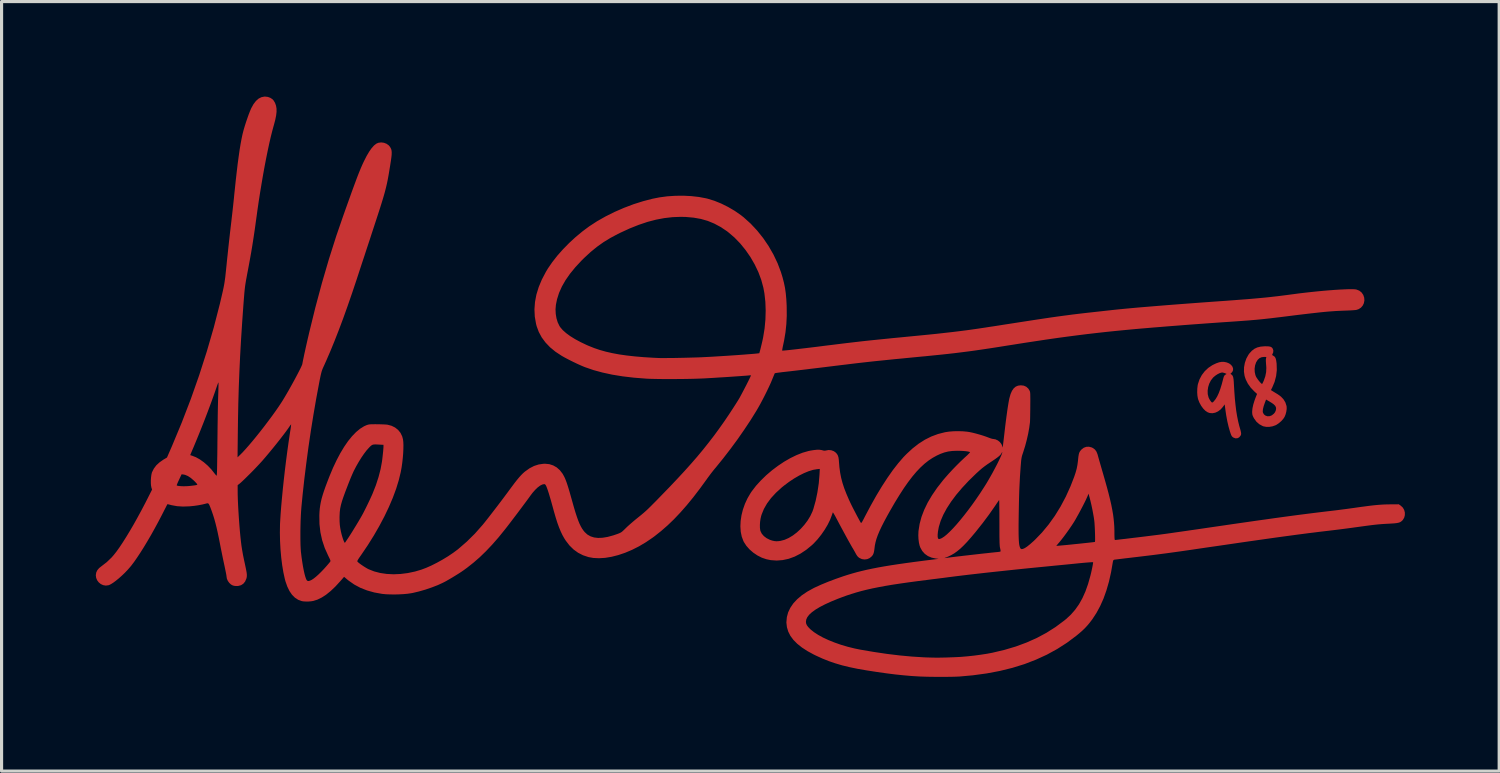
<source format=kicad_pcb>
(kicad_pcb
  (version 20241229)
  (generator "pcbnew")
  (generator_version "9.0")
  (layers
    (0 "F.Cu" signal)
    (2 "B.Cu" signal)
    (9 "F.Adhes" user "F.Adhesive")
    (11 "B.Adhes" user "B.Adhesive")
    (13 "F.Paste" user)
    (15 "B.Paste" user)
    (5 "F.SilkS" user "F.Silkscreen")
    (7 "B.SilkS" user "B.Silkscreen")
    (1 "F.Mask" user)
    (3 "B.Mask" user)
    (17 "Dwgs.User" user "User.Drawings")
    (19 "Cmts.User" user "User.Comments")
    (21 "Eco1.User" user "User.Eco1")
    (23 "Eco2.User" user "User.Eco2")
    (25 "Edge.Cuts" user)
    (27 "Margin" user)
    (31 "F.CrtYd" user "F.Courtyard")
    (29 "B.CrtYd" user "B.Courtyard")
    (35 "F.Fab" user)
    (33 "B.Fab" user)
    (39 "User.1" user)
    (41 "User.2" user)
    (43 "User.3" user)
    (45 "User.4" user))
  (footprint "Alectardy98 (2) F.CU"
    (layer "F.Cu")
    (at 20.306 9.145)
    (property "Reference" "Alectardy98 (2) F.CU" (at 6.858 -7.112 0) (layer "User.1") (effects (font (size 1.524 1.524) (thickness 0.3))))
    (attr board_only exclude_from_pos_files exclude_from_bom)
    (fp_poly (pts (xy 15.617 -0.674) (xy 15.697 -0.657) (xy 15.774 -0.625) (xy 15.834 -0.58) (xy 15.876 -0.527) (xy 15.898 -0.469) (xy 15.898 -0.411) (xy 15.874 -0.357) (xy 15.85 -0.33) (xy 15.814 -0.295) (xy 15.844 -0.274) (xy 15.871 -0.251) (xy 15.89 -0.22) (xy 15.904 -0.177) (xy 15.914 -0.117) (xy 15.921 -0.036) (xy 15.923 0.007) (xy 15.938 0.261) (xy 15.955 0.491) (xy 15.976 0.697) (xy 15.999 0.884) (xy 16.027 1.054) (xy 16.058 1.21) (xy 16.093 1.354) (xy 16.115 1.429) (xy 16.137 1.507) (xy 16.15 1.564) (xy 16.155 1.606) (xy 16.152 1.638) (xy 16.141 1.666) (xy 16.134 1.679) (xy 16.09 1.73) (xy 16.034 1.757) (xy 15.972 1.759) (xy 15.909 1.734) (xy 15.9 1.729) (xy 15.876 1.71) (xy 15.858 1.689) (xy 15.841 1.659) (xy 15.823 1.613) (xy 15.801 1.548) (xy 15.798 1.539) (xy 15.755 1.388) (xy 15.715 1.216) (xy 15.68 1.028) (xy 15.655 0.858) (xy 15.631 0.679) (xy 15.578 0.753) (xy 15.504 0.838) (xy 15.421 0.901) (xy 15.333 0.942) (xy 15.242 0.96) (xy 15.153 0.953) (xy 15.09 0.93) (xy 15.018 0.883) (xy 14.948 0.812) (xy 14.884 0.725) (xy 14.829 0.626) (xy 14.788 0.522) (xy 14.779 0.49) (xy 14.763 0.399) (xy 14.756 0.291) (xy 14.758 0.242) (xy 15.089 0.242) (xy 15.092 0.352) (xy 15.117 0.452) (xy 15.121 0.463) (xy 15.144 0.511) (xy 15.172 0.557) (xy 15.2 0.595) (xy 15.223 0.617) (xy 15.232 0.621) (xy 15.252 0.611) (xy 15.28 0.588) (xy 15.285 0.582) (xy 15.341 0.512) (xy 15.394 0.424) (xy 15.444 0.317) (xy 15.492 0.188) (xy 15.539 0.035) (xy 15.586 -0.144) (xy 15.586 -0.144) (xy 15.602 -0.2) (xy 15.619 -0.235) (xy 15.641 -0.258) (xy 15.651 -0.265) (xy 15.693 -0.291) (xy 15.636 -0.317) (xy 15.568 -0.336) (xy 15.528 -0.334) (xy 15.471 -0.316) (xy 15.403 -0.282) (xy 15.334 -0.236) (xy 15.271 -0.183) (xy 15.258 -0.169) (xy 15.191 -0.083) (xy 15.14 0.018) (xy 15.105 0.129) (xy 15.089 0.242) (xy 14.758 0.242) (xy 14.759 0.18) (xy 14.771 0.075) (xy 14.781 0.028) (xy 14.83 -0.118) (xy 14.903 -0.255) (xy 14.997 -0.378) (xy 15.11 -0.484) (xy 15.237 -0.569) (xy 15.25 -0.576) (xy 15.359 -0.628) (xy 15.453 -0.661) (xy 15.538 -0.676)) (stroke (width 0) (type solid)) (fill yes) (layer "F.Cu"))
    (fp_poly (pts (xy 17.018 -1.169) (xy 17.074 -1.161) (xy 17.113 -1.146) (xy 17.142 -1.122) (xy 17.16 -1.097) (xy 17.18 -1.04) (xy 17.176 -0.977) (xy 17.152 -0.923) (xy 17.143 -0.903) (xy 17.149 -0.888) (xy 17.176 -0.871) (xy 17.184 -0.867) (xy 17.216 -0.845) (xy 17.24 -0.815) (xy 17.258 -0.773) (xy 17.272 -0.713) (xy 17.283 -0.632) (xy 17.285 -0.609) (xy 17.291 -0.415) (xy 17.269 -0.224) (xy 17.22 -0.037) (xy 17.146 0.14) (xy 17.103 0.223) (xy 17.17 0.265) (xy 17.219 0.295) (xy 17.278 0.331) (xy 17.323 0.358) (xy 17.424 0.432) (xy 17.506 0.52) (xy 17.565 0.619) (xy 17.599 0.725) (xy 17.604 0.754) (xy 17.605 0.826) (xy 17.593 0.91) (xy 17.571 0.996) (xy 17.54 1.072) (xy 17.538 1.076) (xy 17.494 1.143) (xy 17.43 1.213) (xy 17.356 1.277) (xy 17.278 1.329) (xy 17.248 1.344) (xy 17.154 1.377) (xy 17.052 1.394) (xy 16.953 1.394) (xy 16.864 1.377) (xy 16.844 1.37) (xy 16.735 1.311) (xy 16.642 1.23) (xy 16.567 1.126) (xy 16.549 1.094) (xy 16.525 1.043) (xy 16.512 1) (xy 16.507 0.952) (xy 16.506 0.903) (xy 16.506 0.903) (xy 16.843 0.903) (xy 16.849 0.94) (xy 16.881 0.997) (xy 16.931 1.036) (xy 16.992 1.056) (xy 17.058 1.055) (xy 17.123 1.031) (xy 17.138 1.022) (xy 17.197 0.975) (xy 17.235 0.927) (xy 17.259 0.87) (xy 17.268 0.816) (xy 17.262 0.768) (xy 17.238 0.723) (xy 17.194 0.678) (xy 17.127 0.63) (xy 17.062 0.59) (xy 16.949 0.524) (xy 16.912 0.622) (xy 16.872 0.737) (xy 16.849 0.831) (xy 16.843 0.903) (xy 16.506 0.903) (xy 16.516 0.802) (xy 16.542 0.683) (xy 16.583 0.55) (xy 16.622 0.445) (xy 16.662 0.346) (xy 16.572 0.263) (xy 16.46 0.146) (xy 16.369 0.018) (xy 16.301 -0.117) (xy 16.265 -0.227) (xy 16.245 -0.363) (xy 16.247 -0.459) (xy 16.584 -0.459) (xy 16.588 -0.353) (xy 16.61 -0.252) (xy 16.63 -0.203) (xy 16.653 -0.164) (xy 16.685 -0.117) (xy 16.722 -0.069) (xy 16.759 -0.025) (xy 16.792 0.008) (xy 16.815 0.027) (xy 16.821 0.028) (xy 16.831 0.016) (xy 16.848 -0.016) (xy 16.869 -0.062) (xy 16.876 -0.077) (xy 16.925 -0.217) (xy 16.951 -0.349) (xy 16.957 -0.482) (xy 16.954 -0.536) (xy 16.947 -0.625) (xy 16.943 -0.69) (xy 16.942 -0.737) (xy 16.945 -0.771) (xy 16.951 -0.796) (xy 16.952 -0.801) (xy 16.957 -0.819) (xy 16.95 -0.829) (xy 16.925 -0.832) (xy 16.891 -0.833) (xy 16.808 -0.823) (xy 16.741 -0.794) (xy 16.684 -0.742) (xy 16.681 -0.739) (xy 16.632 -0.659) (xy 16.599 -0.563) (xy 16.584 -0.459) (xy 16.247 -0.459) (xy 16.248 -0.505) (xy 16.274 -0.646) (xy 16.321 -0.781) (xy 16.388 -0.902) (xy 16.416 -0.941) (xy 16.493 -1.026) (xy 16.576 -1.09) (xy 16.668 -1.134) (xy 16.775 -1.16) (xy 16.901 -1.171) (xy 16.94 -1.171)) (stroke (width 0) (type solid)) (fill yes) (layer "F.Cu"))
    (fp_poly (pts (xy 9.236 0.082) (xy 9.315 0.117) (xy 9.379 0.175) (xy 9.416 0.233) (xy 9.424 0.25) (xy 9.431 0.267) (xy 9.436 0.289) (xy 9.44 0.319) (xy 9.442 0.359) (xy 9.443 0.413) (xy 9.444 0.485) (xy 9.444 0.577) (xy 9.443 0.693) (xy 9.443 0.734) (xy 9.442 0.847) (xy 9.44 0.955) (xy 9.439 1.053) (xy 9.437 1.137) (xy 9.435 1.202) (xy 9.433 1.246) (xy 9.432 1.256) (xy 9.409 1.427) (xy 9.375 1.614) (xy 9.331 1.808) (xy 9.28 2) (xy 9.223 2.182) (xy 9.216 2.205) (xy 9.196 2.264) (xy 9.18 2.313) (xy 9.169 2.36) (xy 9.16 2.41) (xy 9.152 2.469) (xy 9.146 2.543) (xy 9.138 2.638) (xy 9.137 2.649) (xy 9.125 2.819) (xy 9.114 2.98) (xy 9.106 3.138) (xy 9.098 3.296) (xy 9.091 3.459) (xy 9.086 3.634) (xy 9.081 3.825) (xy 9.077 4.036) (xy 9.075 4.156) (xy 9.072 4.358) (xy 9.07 4.534) (xy 9.07 4.686) (xy 9.071 4.816) (xy 9.074 4.925) (xy 9.078 5.016) (xy 9.084 5.09) (xy 9.092 5.15) (xy 9.103 5.197) (xy 9.115 5.234) (xy 9.129 5.262) (xy 9.134 5.269) (xy 9.163 5.286) (xy 9.208 5.28) (xy 9.27 5.252) (xy 9.347 5.201) (xy 9.37 5.182) (xy 10.273 5.182) (xy 10.286 5.182) (xy 10.324 5.179) (xy 10.384 5.174) (xy 10.46 5.167) (xy 10.551 5.159) (xy 10.653 5.149) (xy 10.762 5.138) (xy 10.875 5.126) (xy 10.988 5.115) (xy 11.098 5.103) (xy 11.202 5.092) (xy 11.296 5.082) (xy 11.376 5.073) (xy 11.439 5.066) (xy 11.481 5.06) (xy 11.5 5.057) (xy 11.5 5.057) (xy 11.504 5.039) (xy 11.506 4.997) (xy 11.506 4.937) (xy 11.505 4.863) (xy 11.503 4.779) (xy 11.5 4.69) (xy 11.496 4.602) (xy 11.491 4.517) (xy 11.486 4.442) (xy 11.48 4.381) (xy 11.479 4.374) (xy 11.464 4.27) (xy 11.442 4.147) (xy 11.417 4.014) (xy 11.388 3.878) (xy 11.358 3.749) (xy 11.33 3.641) (xy 11.297 3.521) (xy 11.269 3.591) (xy 11.242 3.653) (xy 11.204 3.735) (xy 11.157 3.83) (xy 11.103 3.935) (xy 11.046 4.044) (xy 10.988 4.152) (xy 10.931 4.254) (xy 10.88 4.346) (xy 10.835 4.421) (xy 10.83 4.429) (xy 10.759 4.538) (xy 10.679 4.655) (xy 10.595 4.773) (xy 10.511 4.887) (xy 10.431 4.99) (xy 10.361 5.076) (xy 10.349 5.089) (xy 10.314 5.13) (xy 10.287 5.162) (xy 10.274 5.18) (xy 10.273 5.182) (xy 9.37 5.182) (xy 9.439 5.127) (xy 9.547 5.031) (xy 9.593 4.988) (xy 9.815 4.758) (xy 10.026 4.503) (xy 10.224 4.227) (xy 10.407 3.93) (xy 10.574 3.615) (xy 10.724 3.284) (xy 10.84 2.985) (xy 10.886 2.848) (xy 10.92 2.725) (xy 10.944 2.603) (xy 10.961 2.473) (xy 10.965 2.428) (xy 10.975 2.339) (xy 10.986 2.272) (xy 11 2.221) (xy 11.021 2.179) (xy 11.05 2.14) (xy 11.075 2.113) (xy 11.145 2.059) (xy 11.225 2.03) (xy 11.31 2.026) (xy 11.398 2.049) (xy 11.441 2.07) (xy 11.503 2.118) (xy 11.551 2.185) (xy 11.586 2.275) (xy 11.592 2.299) (xy 11.602 2.334) (xy 11.618 2.392) (xy 11.64 2.47) (xy 11.667 2.563) (xy 11.697 2.667) (xy 11.729 2.779) (xy 11.754 2.863) (xy 11.824 3.108) (xy 11.886 3.329) (xy 11.939 3.529) (xy 11.984 3.711) (xy 12.022 3.877) (xy 12.052 4.031) (xy 12.077 4.174) (xy 12.095 4.31) (xy 12.108 4.442) (xy 12.117 4.572) (xy 12.121 4.704) (xy 12.121 4.783) (xy 12.122 4.868) (xy 12.124 4.928) (xy 12.127 4.967) (xy 12.132 4.988) (xy 12.139 4.995) (xy 12.14 4.995) (xy 12.161 4.994) (xy 12.207 4.989) (xy 12.274 4.981) (xy 12.36 4.971) (xy 12.461 4.96) (xy 12.574 4.946) (xy 12.697 4.931) (xy 12.826 4.916) (xy 12.957 4.9) (xy 13.088 4.884) (xy 13.215 4.868) (xy 13.336 4.853) (xy 13.447 4.839) (xy 13.545 4.827) (xy 13.61 4.818) (xy 13.687 4.808) (xy 13.789 4.794) (xy 13.912 4.777) (xy 14.054 4.756) (xy 14.21 4.734) (xy 14.379 4.71) (xy 14.556 4.684) (xy 14.738 4.658) (xy 14.923 4.631) (xy 15.085 4.607) (xy 15.505 4.546) (xy 15.9 4.488) (xy 16.269 4.435) (xy 16.615 4.385) (xy 16.938 4.34) (xy 17.242 4.297) (xy 17.526 4.258) (xy 17.793 4.222) (xy 18.043 4.189) (xy 18.28 4.159) (xy 18.502 4.131) (xy 18.714 4.105) (xy 18.915 4.081) (xy 19.001 4.071) (xy 19.103 4.059) (xy 19.226 4.044) (xy 19.362 4.026) (xy 19.503 4.008) (xy 19.641 3.989) (xy 19.763 3.972) (xy 19.945 3.946) (xy 20.103 3.925) (xy 20.241 3.907) (xy 20.361 3.893) (xy 20.468 3.882) (xy 20.566 3.874) (xy 20.658 3.868) (xy 20.747 3.864) (xy 20.837 3.862) (xy 20.899 3.861) (xy 21.174 3.859) (xy 21.239 3.905) (xy 21.303 3.965) (xy 21.345 4.038) (xy 21.367 4.12) (xy 21.367 4.204) (xy 21.346 4.285) (xy 21.302 4.358) (xy 21.277 4.384) (xy 21.245 4.41) (xy 21.209 4.431) (xy 21.164 4.446) (xy 21.106 4.457) (xy 21.031 4.466) (xy 20.933 4.472) (xy 20.884 4.475) (xy 20.788 4.48) (xy 20.699 4.485) (xy 20.614 4.491) (xy 20.529 4.498) (xy 20.44 4.507) (xy 20.342 4.518) (xy 20.232 4.532) (xy 20.105 4.549) (xy 19.957 4.569) (xy 19.833 4.586) (xy 19.696 4.605) (xy 19.547 4.625) (xy 19.394 4.645) (xy 19.246 4.664) (xy 19.108 4.681) (xy 18.988 4.695) (xy 18.958 4.699) (xy 18.803 4.717) (xy 18.643 4.736) (xy 18.477 4.757) (xy 18.304 4.778) (xy 18.121 4.802) (xy 17.928 4.827) (xy 17.724 4.855) (xy 17.506 4.884) (xy 17.274 4.916) (xy 17.025 4.951) (xy 16.759 4.989) (xy 16.475 5.029) (xy 16.17 5.073) (xy 15.843 5.121) (xy 15.493 5.172) (xy 15.118 5.226) (xy 14.717 5.285) (xy 14.584 5.305) (xy 14.173 5.364) (xy 13.773 5.419) (xy 13.373 5.471) (xy 12.962 5.521) (xy 12.7 5.552) (xy 12.577 5.567) (xy 12.461 5.58) (xy 12.357 5.593) (xy 12.267 5.604) (xy 12.195 5.613) (xy 12.143 5.619) (xy 12.115 5.623) (xy 12.112 5.624) (xy 12.09 5.636) (xy 12.078 5.664) (xy 12.072 5.69) (xy 12.015 6.018) (xy 11.947 6.322) (xy 11.866 6.602) (xy 11.774 6.86) (xy 11.668 7.098) (xy 11.549 7.318) (xy 11.417 7.52) (xy 11.33 7.634) (xy 11.255 7.723) (xy 11.179 7.805) (xy 11.095 7.886) (xy 10.998 7.97) (xy 10.907 8.045) (xy 10.61 8.267) (xy 10.298 8.467) (xy 9.969 8.647) (xy 9.622 8.806) (xy 9.259 8.946) (xy 8.876 9.065) (xy 8.476 9.164) (xy 8.056 9.243) (xy 7.616 9.303) (xy 7.197 9.341) (xy 7.114 9.345) (xy 7.008 9.349) (xy 6.884 9.351) (xy 6.747 9.353) (xy 6.601 9.353) (xy 6.453 9.353) (xy 6.306 9.351) (xy 6.165 9.349) (xy 6.037 9.345) (xy 5.925 9.341) (xy 5.905 9.34) (xy 5.661 9.325) (xy 5.407 9.303) (xy 5.139 9.275) (xy 4.855 9.239) (xy 4.552 9.196) (xy 4.224 9.145) (xy 4.212 9.143) (xy 3.937 9.095) (xy 3.686 9.043) (xy 3.453 8.986) (xy 3.236 8.922) (xy 3.028 8.851) (xy 2.826 8.77) (xy 2.624 8.678) (xy 2.554 8.644) (xy 2.35 8.533) (xy 2.173 8.418) (xy 2.024 8.299) (xy 1.902 8.176) (xy 1.806 8.047) (xy 1.738 7.913) (xy 1.696 7.774) (xy 1.679 7.628) (xy 1.679 7.61) (xy 1.68 7.6) (xy 2.3 7.6) (xy 2.307 7.654) (xy 2.329 7.706) (xy 2.369 7.762) (xy 2.431 7.826) (xy 2.446 7.841) (xy 2.556 7.929) (xy 2.691 8.017) (xy 2.848 8.103) (xy 3.023 8.184) (xy 3.215 8.261) (xy 3.418 8.332) (xy 3.632 8.395) (xy 3.851 8.449) (xy 4.036 8.487) (xy 4.465 8.56) (xy 4.884 8.622) (xy 5.289 8.671) (xy 5.677 8.707) (xy 6.045 8.73) (xy 6.138 8.734) (xy 6.248 8.737) (xy 6.348 8.74) (xy 6.443 8.741) (xy 6.54 8.741) (xy 6.642 8.739) (xy 6.757 8.737) (xy 6.89 8.732) (xy 7.034 8.727) (xy 7.23 8.717) (xy 7.44 8.699) (xy 7.656 8.676) (xy 7.87 8.647) (xy 8.071 8.616) (xy 8.234 8.585) (xy 8.619 8.494) (xy 8.983 8.386) (xy 9.326 8.259) (xy 9.651 8.114) (xy 9.957 7.95) (xy 10.247 7.766) (xy 10.521 7.562) (xy 10.585 7.51) (xy 10.736 7.37) (xy 10.872 7.214) (xy 10.994 7.041) (xy 11.102 6.848) (xy 11.198 6.634) (xy 11.282 6.397) (xy 11.356 6.135) (xy 11.357 6.131) (xy 11.378 6.046) (xy 11.397 5.961) (xy 11.414 5.881) (xy 11.428 5.81) (xy 11.438 5.753) (xy 11.442 5.716) (xy 11.442 5.703) (xy 11.427 5.702) (xy 11.388 5.703) (xy 11.327 5.707) (xy 11.248 5.713) (xy 11.155 5.721) (xy 11.05 5.731) (xy 10.986 5.737) (xy 10.857 5.75) (xy 10.708 5.765) (xy 10.546 5.781) (xy 10.38 5.797) (xy 10.216 5.813) (xy 10.064 5.828) (xy 10.005 5.834) (xy 9.667 5.867) (xy 9.333 5.9) (xy 9.004 5.934) (xy 8.684 5.968) (xy 8.374 6.001) (xy 8.077 6.033) (xy 7.795 6.065) (xy 7.531 6.095) (xy 7.288 6.124) (xy 7.067 6.151) (xy 6.871 6.176) (xy 6.83 6.181) (xy 6.763 6.19) (xy 6.674 6.202) (xy 6.568 6.215) (xy 6.451 6.23) (xy 6.328 6.245) (xy 6.204 6.261) (xy 6.167 6.266) (xy 5.851 6.306) (xy 5.561 6.345) (xy 5.295 6.383) (xy 5.051 6.42) (xy 4.825 6.458) (xy 4.616 6.497) (xy 4.421 6.536) (xy 4.239 6.577) (xy 4.067 6.62) (xy 3.902 6.666) (xy 3.743 6.715) (xy 3.586 6.767) (xy 3.431 6.824) (xy 3.32 6.866) (xy 3.1 6.956) (xy 2.908 7.044) (xy 2.743 7.129) (xy 2.605 7.212) (xy 2.493 7.293) (xy 2.407 7.372) (xy 2.346 7.45) (xy 2.311 7.527) (xy 2.3 7.6) (xy 1.68 7.6) (xy 1.693 7.452) (xy 1.734 7.3) (xy 1.803 7.155) (xy 1.898 7.015) (xy 2.02 6.883) (xy 2.169 6.757) (xy 2.343 6.639) (xy 2.544 6.528) (xy 2.589 6.506) (xy 2.789 6.415) (xy 3.01 6.324) (xy 3.249 6.234) (xy 3.484 6.152) (xy 3.63 6.105) (xy 3.777 6.061) (xy 3.927 6.019) (xy 4.083 5.98) (xy 4.245 5.942) (xy 4.417 5.906) (xy 4.601 5.87) (xy 4.798 5.835) (xy 5.011 5.8) (xy 5.242 5.765) (xy 5.493 5.729) (xy 5.766 5.692) (xy 6.064 5.653) (xy 6.322 5.621) (xy 6.526 5.596) (xy 6.432 5.585) (xy 6.361 5.57) (xy 6.713 5.57) (xy 6.721 5.571) (xy 6.75 5.568) (xy 6.752 5.567) (xy 6.786 5.563) (xy 6.841 5.556) (xy 6.911 5.547) (xy 6.991 5.537) (xy 7.034 5.532) (xy 7.113 5.522) (xy 7.21 5.511) (xy 7.321 5.498) (xy 7.444 5.484) (xy 7.573 5.469) (xy 7.705 5.454) (xy 7.836 5.439) (xy 7.962 5.425) (xy 8.079 5.413) (xy 8.183 5.401) (xy 8.269 5.392) (xy 8.335 5.385) (xy 8.37 5.382) (xy 8.424 5.376) (xy 8.466 5.37) (xy 8.491 5.365) (xy 8.492 5.364) (xy 8.498 5.344) (xy 8.492 5.3) (xy 8.483 5.263) (xy 8.478 5.24) (xy 8.473 5.212) (xy 8.47 5.178) (xy 8.467 5.135) (xy 8.464 5.081) (xy 8.463 5.012) (xy 8.461 4.927) (xy 8.46 4.823) (xy 8.46 4.698) (xy 8.46 4.548) (xy 8.46 4.442) (xy 8.459 4.302) (xy 8.459 4.171) (xy 8.458 4.052) (xy 8.457 3.947) (xy 8.456 3.859) (xy 8.455 3.791) (xy 8.453 3.745) (xy 8.451 3.724) (xy 8.451 3.723) (xy 8.44 3.737) (xy 8.417 3.771) (xy 8.383 3.82) (xy 8.342 3.881) (xy 8.304 3.937) (xy 8.128 4.188) (xy 7.931 4.452) (xy 7.712 4.728) (xy 7.685 4.761) (xy 7.551 4.92) (xy 7.43 5.057) (xy 7.318 5.174) (xy 7.214 5.273) (xy 7.114 5.355) (xy 7.017 5.424) (xy 6.92 5.48) (xy 6.821 5.527) (xy 6.77 5.547) (xy 6.729 5.563) (xy 6.713 5.57) (xy 6.361 5.57) (xy 6.301 5.557) (xy 6.184 5.507) (xy 6.084 5.436) (xy 6.003 5.345) (xy 5.942 5.236) (xy 5.919 5.172) (xy 5.897 5.075) (xy 5.883 4.962) (xy 5.878 4.842) (xy 5.879 4.827) (xy 6.494 4.827) (xy 6.495 4.898) (xy 6.505 4.943) (xy 6.525 4.964) (xy 6.538 4.966) (xy 6.569 4.96) (xy 6.611 4.943) (xy 6.628 4.935) (xy 6.701 4.888) (xy 6.786 4.819) (xy 6.882 4.729) (xy 6.987 4.621) (xy 7.1 4.496) (xy 7.218 4.357) (xy 7.341 4.205) (xy 7.467 4.042) (xy 7.594 3.871) (xy 7.72 3.693) (xy 7.844 3.511) (xy 7.964 3.326) (xy 8.047 3.194) (xy 8.108 3.091) (xy 8.171 2.981) (xy 8.235 2.868) (xy 8.296 2.754) (xy 8.355 2.643) (xy 8.409 2.537) (xy 8.456 2.44) (xy 8.496 2.356) (xy 8.526 2.286) (xy 8.545 2.234) (xy 8.551 2.204) (xy 8.546 2.198) (xy 8.535 2.216) (xy 8.532 2.223) (xy 8.514 2.255) (xy 8.489 2.287) (xy 8.452 2.323) (xy 8.401 2.364) (xy 8.333 2.414) (xy 8.246 2.473) (xy 8.177 2.519) (xy 8.075 2.587) (xy 7.989 2.649) (xy 7.91 2.71) (xy 7.831 2.778) (xy 7.742 2.859) (xy 7.721 2.878) (xy 7.484 3.109) (xy 7.272 3.336) (xy 7.084 3.558) (xy 6.922 3.775) (xy 6.785 3.986) (xy 6.674 4.19) (xy 6.589 4.388) (xy 6.531 4.579) (xy 6.503 4.731) (xy 6.494 4.827) (xy 5.879 4.827) (xy 5.883 4.725) (xy 5.885 4.703) (xy 5.92 4.482) (xy 5.98 4.259) (xy 6.066 4.034) (xy 6.177 3.804) (xy 6.315 3.571) (xy 6.479 3.332) (xy 6.67 3.088) (xy 6.736 3.011) (xy 6.846 2.886) (xy 6.969 2.753) (xy 7.098 2.62) (xy 7.226 2.493) (xy 7.346 2.38) (xy 7.379 2.35) (xy 7.433 2.301) (xy 7.477 2.257) (xy 7.509 2.224) (xy 7.524 2.203) (xy 7.525 2.199) (xy 7.5 2.188) (xy 7.451 2.177) (xy 7.384 2.168) (xy 7.302 2.161) (xy 7.212 2.157) (xy 7.118 2.155) (xy 7.112 2.155) (xy 6.963 2.161) (xy 6.831 2.178) (xy 6.706 2.209) (xy 6.58 2.255) (xy 6.467 2.307) (xy 6.335 2.38) (xy 6.205 2.466) (xy 6.077 2.567) (xy 5.949 2.685) (xy 5.82 2.82) (xy 5.69 2.974) (xy 5.557 3.148) (xy 5.42 3.343) (xy 5.279 3.561) (xy 5.131 3.802) (xy 4.977 4.069) (xy 4.889 4.226) (xy 4.791 4.408) (xy 4.709 4.569) (xy 4.641 4.714) (xy 4.587 4.844) (xy 4.545 4.962) (xy 4.515 5.072) (xy 4.494 5.175) (xy 4.487 5.232) (xy 4.476 5.319) (xy 4.464 5.384) (xy 4.449 5.433) (xy 4.43 5.472) (xy 4.403 5.508) (xy 4.398 5.514) (xy 4.33 5.571) (xy 4.252 5.605) (xy 4.167 5.616) (xy 4.083 5.604) (xy 4.004 5.568) (xy 3.96 5.534) (xy 3.931 5.5) (xy 3.9 5.452) (xy 3.882 5.419) (xy 3.851 5.362) (xy 3.815 5.299) (xy 3.794 5.263) (xy 3.772 5.228) (xy 3.74 5.171) (xy 3.698 5.097) (xy 3.648 5.008) (xy 3.593 4.908) (xy 3.535 4.801) (xy 3.475 4.69) (xy 3.415 4.579) (xy 3.357 4.471) (xy 3.304 4.37) (xy 3.266 4.299) (xy 3.231 4.233) (xy 3.2 4.178) (xy 3.176 4.139) (xy 3.161 4.117) (xy 3.157 4.116) (xy 3.15 4.135) (xy 3.137 4.172) (xy 3.126 4.205) (xy 3.069 4.354) (xy 2.991 4.512) (xy 2.896 4.671) (xy 2.788 4.827) (xy 2.671 4.974) (xy 2.548 5.106) (xy 2.493 5.158) (xy 2.312 5.307) (xy 2.128 5.429) (xy 1.941 5.525) (xy 1.752 5.594) (xy 1.561 5.635) (xy 1.371 5.65) (xy 1.182 5.637) (xy 1.041 5.608) (xy 0.897 5.559) (xy 0.757 5.488) (xy 0.625 5.399) (xy 0.506 5.296) (xy 0.405 5.182) (xy 0.326 5.061) (xy 0.31 5.029) (xy 0.257 4.888) (xy 0.225 4.732) (xy 0.214 4.565) (xy 0.216 4.515) (xy 0.835 4.515) (xy 0.836 4.604) (xy 0.845 4.679) (xy 0.853 4.71) (xy 0.895 4.795) (xy 0.962 4.872) (xy 1.049 4.938) (xy 1.153 4.99) (xy 1.229 5.015) (xy 1.298 5.03) (xy 1.361 5.036) (xy 1.432 5.032) (xy 1.494 5.023) (xy 1.622 4.989) (xy 1.753 4.931) (xy 1.884 4.852) (xy 2.013 4.754) (xy 2.136 4.64) (xy 2.249 4.514) (xy 2.352 4.378) (xy 2.439 4.235) (xy 2.508 4.089) (xy 2.537 4.008) (xy 2.61 3.748) (xy 2.667 3.474) (xy 2.709 3.194) (xy 2.732 2.922) (xy 2.742 2.733) (xy 2.651 2.742) (xy 2.528 2.763) (xy 2.39 2.805) (xy 2.241 2.866) (xy 2.085 2.944) (xy 1.925 3.037) (xy 1.764 3.144) (xy 1.605 3.263) (xy 1.531 3.323) (xy 1.347 3.491) (xy 1.19 3.661) (xy 1.062 3.833) (xy 0.962 4.008) (xy 0.89 4.185) (xy 0.875 4.233) (xy 0.855 4.321) (xy 0.841 4.418) (xy 0.835 4.515) (xy 0.216 4.515) (xy 0.222 4.389) (xy 0.249 4.208) (xy 0.295 4.025) (xy 0.359 3.844) (xy 0.44 3.669) (xy 0.538 3.502) (xy 0.578 3.443) (xy 0.714 3.267) (xy 0.869 3.097) (xy 1.039 2.932) (xy 1.221 2.777) (xy 1.411 2.634) (xy 1.607 2.503) (xy 1.805 2.389) (xy 2.002 2.293) (xy 2.194 2.217) (xy 2.378 2.164) (xy 2.434 2.152) (xy 2.551 2.133) (xy 2.647 2.123) (xy 2.725 2.122) (xy 2.791 2.131) (xy 2.816 2.137) (xy 2.87 2.151) (xy 2.91 2.152) (xy 2.939 2.146) (xy 3.023 2.131) (xy 3.11 2.139) (xy 3.191 2.17) (xy 3.25 2.213) (xy 3.29 2.258) (xy 3.318 2.308) (xy 3.337 2.37) (xy 3.348 2.451) (xy 3.351 2.492) (xy 3.366 2.675) (xy 3.389 2.847) (xy 3.421 3.013) (xy 3.464 3.177) (xy 3.519 3.346) (xy 3.588 3.523) (xy 3.671 3.716) (xy 3.718 3.817) (xy 3.748 3.879) (xy 3.786 3.956) (xy 3.83 4.041) (xy 3.877 4.131) (xy 3.923 4.22) (xy 3.967 4.302) (xy 4.005 4.371) (xy 4.034 4.424) (xy 4.045 4.441) (xy 4.052 4.451) (xy 4.06 4.452) (xy 4.071 4.443) (xy 4.087 4.421) (xy 4.109 4.381) (xy 4.141 4.322) (xy 4.181 4.243) (xy 4.363 3.9) (xy 4.542 3.581) (xy 4.72 3.286) (xy 4.895 3.017) (xy 5.066 2.773) (xy 5.235 2.556) (xy 5.399 2.365) (xy 5.503 2.258) (xy 5.696 2.08) (xy 5.89 1.929) (xy 6.088 1.803) (xy 6.292 1.701) (xy 6.504 1.622) (xy 6.727 1.565) (xy 6.738 1.563) (xy 6.859 1.545) (xy 6.997 1.534) (xy 7.144 1.531) (xy 7.29 1.535) (xy 7.425 1.547) (xy 7.5 1.558) (xy 7.597 1.578) (xy 7.709 1.606) (xy 7.827 1.639) (xy 7.942 1.674) (xy 8.044 1.709) (xy 8.112 1.735) (xy 8.167 1.755) (xy 8.216 1.771) (xy 8.25 1.778) (xy 8.253 1.778) (xy 8.333 1.791) (xy 8.41 1.826) (xy 8.475 1.878) (xy 8.524 1.943) (xy 8.543 1.988) (xy 8.562 2.053) (xy 8.57 2.004) (xy 8.574 1.977) (xy 8.58 1.926) (xy 8.589 1.856) (xy 8.599 1.77) (xy 8.61 1.674) (xy 8.622 1.573) (xy 8.643 1.39) (xy 8.665 1.213) (xy 8.687 1.047) (xy 8.708 0.895) (xy 8.728 0.759) (xy 8.747 0.642) (xy 8.764 0.547) (xy 8.778 0.48) (xy 8.815 0.35) (xy 8.86 0.247) (xy 8.914 0.169) (xy 8.978 0.114) (xy 9.053 0.082) (xy 9.139 0.071) (xy 9.141 0.071)) (stroke (width 0) (type solid)) (fill yes) (layer "F.Cu"))
    (fp_poly (pts (xy -14.83 -9.11) (xy -14.749 -9.08) (xy -14.681 -9.035) (xy -14.643 -8.992) (xy -14.599 -8.916) (xy -14.569 -8.832) (xy -14.553 -8.74) (xy -14.552 -8.635) (xy -14.566 -8.515) (xy -14.594 -8.377) (xy -14.636 -8.217) (xy -14.642 -8.198) (xy -14.686 -8.037) (xy -14.733 -7.851) (xy -14.781 -7.643) (xy -14.83 -7.415) (xy -14.88 -7.17) (xy -14.93 -6.911) (xy -14.979 -6.641) (xy -15.027 -6.361) (xy -15.074 -6.077) (xy -15.119 -5.789) (xy -15.161 -5.501) (xy -15.184 -5.334) (xy -15.216 -5.102) (xy -15.245 -4.892) (xy -15.274 -4.698) (xy -15.302 -4.515) (xy -15.33 -4.338) (xy -15.36 -4.16) (xy -15.393 -3.975) (xy -15.429 -3.778) (xy -15.469 -3.564) (xy -15.487 -3.471) (xy -15.506 -3.367) (xy -15.523 -3.278) (xy -15.536 -3.198) (xy -15.548 -3.123) (xy -15.558 -3.048) (xy -15.567 -2.969) (xy -15.576 -2.881) (xy -15.584 -2.779) (xy -15.594 -2.659) (xy -15.605 -2.516) (xy -15.606 -2.505) (xy -15.646 -1.943) (xy -15.681 -1.404) (xy -15.711 -0.879) (xy -15.735 -0.364) (xy -15.755 0.147) (xy -15.77 0.662) (xy -15.78 1.185) (xy -15.785 1.566) (xy -15.794 2.364) (xy -15.72 2.293) (xy -15.635 2.208) (xy -15.538 2.102) (xy -15.429 1.978) (xy -15.313 1.841) (xy -15.191 1.692) (xy -15.066 1.536) (xy -14.94 1.374) (xy -14.817 1.211) (xy -14.697 1.05) (xy -14.584 0.893) (xy -14.481 0.744) (xy -14.404 0.628) (xy -14.355 0.551) (xy -14.3 0.46) (xy -14.24 0.358) (xy -14.177 0.25) (xy -14.113 0.136) (xy -14.049 0.021) (xy -13.986 -0.094) (xy -13.927 -0.204) (xy -13.873 -0.307) (xy -13.825 -0.4) (xy -13.785 -0.48) (xy -13.755 -0.545) (xy -13.736 -0.591) (xy -13.73 -0.614) (xy -13.727 -0.636) (xy -13.718 -0.681) (xy -13.705 -0.747) (xy -13.687 -0.83) (xy -13.667 -0.928) (xy -13.643 -1.035) (xy -13.618 -1.15) (xy -13.591 -1.269) (xy -13.564 -1.388) (xy -13.537 -1.503) (xy -13.516 -1.595) (xy -13.318 -2.401) (xy -13.108 -3.183) (xy -12.886 -3.943) (xy -12.651 -4.683) (xy -12.44 -5.295) (xy -12.356 -5.533) (xy -12.28 -5.745) (xy -12.212 -5.934) (xy -12.152 -6.103) (xy -12.097 -6.252) (xy -12.048 -6.384) (xy -12.005 -6.501) (xy -11.965 -6.605) (xy -11.929 -6.697) (xy -11.895 -6.779) (xy -11.864 -6.854) (xy -11.834 -6.923) (xy -11.805 -6.988) (xy -11.775 -7.051) (xy -11.767 -7.068) (xy -11.684 -7.231) (xy -11.603 -7.368) (xy -11.525 -7.479) (xy -11.449 -7.564) (xy -11.376 -7.621) (xy -11.312 -7.649) (xy -11.223 -7.661) (xy -11.134 -7.65) (xy -11.051 -7.618) (xy -10.981 -7.568) (xy -10.943 -7.523) (xy -10.918 -7.481) (xy -10.9 -7.439) (xy -10.89 -7.393) (xy -10.886 -7.338) (xy -10.888 -7.269) (xy -10.897 -7.184) (xy -10.912 -7.076) (xy -10.92 -7.026) (xy -10.941 -6.892) (xy -10.961 -6.771) (xy -10.979 -6.661) (xy -10.997 -6.559) (xy -11.015 -6.463) (xy -11.034 -6.37) (xy -11.055 -6.278) (xy -11.078 -6.184) (xy -11.103 -6.087) (xy -11.132 -5.983) (xy -11.165 -5.871) (xy -11.203 -5.747) (xy -11.246 -5.609) (xy -11.295 -5.456) (xy -11.351 -5.284) (xy -11.414 -5.091) (xy -11.485 -4.874) (xy -11.517 -4.777) (xy -11.573 -4.604) (xy -11.633 -4.422) (xy -11.695 -4.235) (xy -11.756 -4.047) (xy -11.817 -3.864) (xy -11.874 -3.691) (xy -11.926 -3.532) (xy -11.972 -3.392) (xy -11.994 -3.323) (xy -12.144 -2.875) (xy -12.29 -2.453) (xy -12.432 -2.056) (xy -12.572 -1.683) (xy -12.709 -1.333) (xy -12.844 -1.004) (xy -12.978 -0.695) (xy -13.04 -0.557) (xy -13.065 -0.503) (xy -13.085 -0.457) (xy -13.102 -0.413) (xy -13.117 -0.368) (xy -13.13 -0.318) (xy -13.145 -0.257) (xy -13.161 -0.182) (xy -13.18 -0.088) (xy -13.202 0.028) (xy -13.292 0.51) (xy -13.378 1.009) (xy -13.46 1.52) (xy -13.536 2.036) (xy -13.605 2.551) (xy -13.668 3.057) (xy -13.722 3.549) (xy -13.761 3.951) (xy -13.771 4.082) (xy -13.779 4.228) (xy -13.786 4.385) (xy -13.79 4.547) (xy -13.793 4.711) (xy -13.793 4.871) (xy -13.792 5.023) (xy -13.789 5.161) (xy -13.783 5.281) (xy -13.776 5.379) (xy -13.774 5.39) (xy -13.755 5.549) (xy -13.733 5.7) (xy -13.71 5.842) (xy -13.685 5.97) (xy -13.66 6.081) (xy -13.635 6.171) (xy -13.611 6.238) (xy -13.608 6.246) (xy -13.585 6.283) (xy -13.557 6.301) (xy -13.52 6.301) (xy -13.468 6.281) (xy -13.431 6.263) (xy -13.373 6.225) (xy -13.301 6.168) (xy -13.22 6.096) (xy -13.133 6.011) (xy -13.044 5.918) (xy -12.956 5.82) (xy -12.872 5.721) (xy -12.843 5.684) (xy -12.837 5.671) (xy -12.837 5.653) (xy -12.846 5.625) (xy -12.865 5.582) (xy -12.895 5.522) (xy -12.909 5.493) (xy -13.018 5.251) (xy -13.1 5.004) (xy -13.156 4.751) (xy -13.186 4.488) (xy -13.189 4.283) (xy -12.547 4.283) (xy -12.545 4.407) (xy -12.538 4.516) (xy -12.524 4.618) (xy -12.503 4.727) (xy -12.486 4.798) (xy -12.467 4.868) (xy -12.446 4.936) (xy -12.425 4.997) (xy -12.405 5.045) (xy -12.388 5.076) (xy -12.377 5.085) (xy -12.375 5.084) (xy -12.364 5.069) (xy -12.341 5.035) (xy -12.308 4.986) (xy -12.268 4.927) (xy -12.253 4.904) (xy -12.204 4.828) (xy -12.145 4.735) (xy -12.08 4.629) (xy -12.012 4.518) (xy -11.946 4.408) (xy -11.885 4.304) (xy -11.836 4.219) (xy -11.801 4.155) (xy -11.758 4.071) (xy -11.709 3.974) (xy -11.658 3.87) (xy -11.607 3.764) (xy -11.56 3.663) (xy -11.519 3.573) (xy -11.496 3.521) (xy -11.39 3.252) (xy -11.305 2.99) (xy -11.24 2.739) (xy -11.198 2.512) (xy -11.187 2.431) (xy -11.177 2.343) (xy -11.167 2.252) (xy -11.158 2.165) (xy -11.152 2.09) (xy -11.148 2.032) (xy -11.148 2.009) (xy -11.148 1.966) (xy -11.313 1.957) (xy -11.39 1.953) (xy -11.445 1.954) (xy -11.487 1.961) (xy -11.521 1.977) (xy -11.556 2.004) (xy -11.598 2.045) (xy -11.611 2.059) (xy -11.687 2.144) (xy -11.769 2.252) (xy -11.854 2.376) (xy -11.938 2.512) (xy -12.019 2.654) (xy -12.094 2.798) (xy -12.113 2.84) (xy -12.143 2.907) (xy -12.181 2.995) (xy -12.223 3.098) (xy -12.268 3.212) (xy -12.313 3.329) (xy -12.358 3.445) (xy -12.398 3.555) (xy -12.433 3.652) (xy -12.459 3.73) (xy -12.465 3.747) (xy -12.501 3.875) (xy -12.526 3.991) (xy -12.54 4.106) (xy -12.546 4.232) (xy -12.547 4.283) (xy -13.189 4.283) (xy -13.19 4.216) (xy -13.19 4.209) (xy -13.185 4.099) (xy -13.176 3.995) (xy -13.162 3.893) (xy -13.143 3.79) (xy -13.118 3.682) (xy -13.085 3.567) (xy -13.044 3.44) (xy -12.994 3.297) (xy -12.933 3.136) (xy -12.866 2.963) (xy -12.755 2.698) (xy -12.639 2.453) (xy -12.52 2.228) (xy -12.398 2.026) (xy -12.274 1.846) (xy -12.147 1.69) (xy -12.02 1.559) (xy -11.893 1.454) (xy -11.766 1.375) (xy -11.688 1.34) (xy -11.656 1.329) (xy -11.625 1.321) (xy -11.59 1.315) (xy -11.545 1.312) (xy -11.485 1.311) (xy -11.405 1.31) (xy -11.352 1.311) (xy -11.264 1.312) (xy -11.18 1.315) (xy -11.106 1.318) (xy -11.049 1.322) (xy -11.021 1.325) (xy -10.892 1.359) (xy -10.779 1.415) (xy -10.683 1.491) (xy -10.607 1.584) (xy -10.553 1.695) (xy -10.527 1.791) (xy -10.517 1.873) (xy -10.513 1.978) (xy -10.515 2.101) (xy -10.521 2.237) (xy -10.533 2.38) (xy -10.549 2.527) (xy -10.569 2.672) (xy -10.594 2.81) (xy -10.599 2.836) (xy -10.662 3.095) (xy -10.746 3.368) (xy -10.851 3.652) (xy -10.976 3.945) (xy -11.119 4.245) (xy -11.28 4.549) (xy -11.456 4.855) (xy -11.647 5.16) (xy -11.852 5.463) (xy -11.866 5.483) (xy -11.915 5.553) (xy -11.949 5.604) (xy -11.97 5.64) (xy -11.98 5.663) (xy -11.98 5.678) (xy -11.977 5.685) (xy -11.946 5.714) (xy -11.898 5.752) (xy -11.836 5.796) (xy -11.769 5.841) (xy -11.702 5.882) (xy -11.641 5.917) (xy -11.62 5.927) (xy -11.444 5.996) (xy -11.251 6.046) (xy -11.045 6.076) (xy -10.827 6.087) (xy -10.602 6.077) (xy -10.373 6.048) (xy -10.142 5.999) (xy -9.943 5.94) (xy -9.789 5.882) (xy -9.62 5.807) (xy -9.444 5.718) (xy -9.267 5.62) (xy -9.094 5.515) (xy -8.932 5.406) (xy -8.786 5.298) (xy -8.77 5.285) (xy -8.497 5.049) (xy -8.238 4.793) (xy -7.993 4.516) (xy -7.94 4.451) (xy -7.874 4.368) (xy -7.796 4.269) (xy -7.711 4.159) (xy -7.62 4.041) (xy -7.527 3.92) (xy -7.435 3.799) (xy -7.346 3.681) (xy -7.264 3.571) (xy -7.19 3.472) (xy -7.164 3.436) (xy -7.064 3.301) (xy -6.978 3.186) (xy -6.903 3.09) (xy -6.837 3.01) (xy -6.778 2.944) (xy -6.724 2.888) (xy -6.673 2.841) (xy -6.64 2.814) (xy -6.498 2.713) (xy -6.355 2.639) (xy -6.211 2.592) (xy -6.062 2.57) (xy -6.004 2.568) (xy -5.87 2.581) (xy -5.746 2.621) (xy -5.633 2.685) (xy -5.533 2.774) (xy -5.446 2.886) (xy -5.392 2.984) (xy -5.367 3.038) (xy -5.342 3.1) (xy -5.316 3.17) (xy -5.288 3.254) (xy -5.257 3.353) (xy -5.222 3.47) (xy -5.183 3.609) (xy -5.138 3.768) (xy -5.086 3.953) (xy -5.038 4.114) (xy -4.993 4.252) (xy -4.951 4.37) (xy -4.91 4.471) (xy -4.869 4.556) (xy -4.828 4.629) (xy -4.784 4.692) (xy -4.743 4.743) (xy -4.657 4.822) (xy -4.557 4.879) (xy -4.444 4.915) (xy -4.315 4.93) (xy -4.171 4.924) (xy -4.01 4.897) (xy -3.831 4.848) (xy -3.707 4.806) (xy -3.654 4.786) (xy -3.613 4.768) (xy -3.577 4.748) (xy -3.542 4.721) (xy -3.5 4.682) (xy -3.445 4.629) (xy -3.436 4.619) (xy -3.376 4.562) (xy -3.301 4.495) (xy -3.218 4.423) (xy -3.135 4.353) (xy -3.083 4.311) (xy -3.014 4.255) (xy -2.953 4.206) (xy -2.899 4.161) (xy -2.849 4.118) (xy -2.8 4.075) (xy -2.749 4.028) (xy -2.694 3.975) (xy -2.632 3.914) (xy -2.561 3.842) (xy -2.476 3.757) (xy -2.377 3.655) (xy -2.302 3.578) (xy -2.037 3.305) (xy -1.793 3.047) (xy -1.566 2.802) (xy -1.355 2.567) (xy -1.157 2.339) (xy -0.971 2.115) (xy -0.795 1.894) (xy -0.625 1.673) (xy -0.461 1.449) (xy -0.299 1.22) (xy -0.139 0.983) (xy -0.082 0.896) (xy -0.025 0.809) (xy 0.031 0.722) (xy 0.084 0.639) (xy 0.129 0.567) (xy 0.163 0.512) (xy 0.17 0.501) (xy 0.195 0.457) (xy 0.227 0.397) (xy 0.266 0.325) (xy 0.308 0.245) (xy 0.352 0.16) (xy 0.397 0.074) (xy 0.439 -0.009) (xy 0.477 -0.085) (xy 0.509 -0.15) (xy 0.533 -0.201) (xy 0.547 -0.233) (xy 0.55 -0.242) (xy 0.539 -0.249) (xy 0.519 -0.247) (xy 0.496 -0.245) (xy 0.448 -0.24) (xy 0.378 -0.234) (xy 0.289 -0.228) (xy 0.184 -0.22) (xy 0.066 -0.212) (xy -0.062 -0.203) (xy -0.196 -0.194) (xy -0.334 -0.185) (xy -0.472 -0.177) (xy -0.608 -0.168) (xy -0.739 -0.16) (xy -0.861 -0.153) (xy -0.953 -0.148) (xy -1.077 -0.143) (xy -1.221 -0.138) (xy -1.379 -0.134) (xy -1.549 -0.131) (xy -1.725 -0.129) (xy -1.903 -0.128) (xy -2.08 -0.127) (xy -2.25 -0.128) (xy -2.409 -0.13) (xy -2.554 -0.133) (xy -2.68 -0.136) (xy -2.782 -0.141) (xy -2.794 -0.142) (xy -3.176 -0.172) (xy -3.533 -0.214) (xy -3.865 -0.268) (xy -4.174 -0.335) (xy -4.461 -0.413) (xy -4.726 -0.504) (xy -4.77 -0.521) (xy -4.871 -0.564) (xy -4.988 -0.617) (xy -5.113 -0.677) (xy -5.237 -0.739) (xy -5.353 -0.799) (xy -5.453 -0.855) (xy -5.475 -0.868) (xy -5.673 -0.998) (xy -5.845 -1.139) (xy -5.99 -1.291) (xy -6.11 -1.453) (xy -6.204 -1.627) (xy -6.272 -1.811) (xy -6.291 -1.885) (xy -6.331 -2.114) (xy -6.342 -2.345) (xy -6.342 -2.347) (xy -5.671 -2.347) (xy -5.664 -2.203) (xy -5.641 -2.063) (xy -5.602 -1.934) (xy -5.548 -1.822) (xy -5.52 -1.778) (xy -5.44 -1.685) (xy -5.333 -1.59) (xy -5.202 -1.494) (xy -5.047 -1.398) (xy -4.87 -1.303) (xy -4.673 -1.209) (xy -4.614 -1.184) (xy -4.442 -1.115) (xy -4.262 -1.054) (xy -4.07 -1) (xy -3.864 -0.953) (xy -3.644 -0.912) (xy -3.405 -0.878) (xy -3.146 -0.849) (xy -2.865 -0.825) (xy -2.559 -0.806) (xy -2.413 -0.799) (xy -2.348 -0.797) (xy -2.258 -0.796) (xy -2.148 -0.797) (xy -2.022 -0.798) (xy -1.884 -0.799) (xy -1.737 -0.802) (xy -1.586 -0.805) (xy -1.435 -0.809) (xy -1.288 -0.813) (xy -1.149 -0.817) (xy -1.021 -0.822) (xy -0.924 -0.827) (xy -0.803 -0.833) (xy -0.671 -0.84) (xy -0.531 -0.849) (xy -0.385 -0.858) (xy -0.237 -0.867) (xy -0.088 -0.877) (xy 0.059 -0.887) (xy 0.2 -0.897) (xy 0.333 -0.907) (xy 0.455 -0.917) (xy 0.564 -0.925) (xy 0.657 -0.933) (xy 0.73 -0.94) (xy 0.783 -0.946) (xy 0.811 -0.95) (xy 0.815 -0.951) (xy 0.821 -0.967) (xy 0.832 -1.006) (xy 0.847 -1.062) (xy 0.864 -1.13) (xy 0.882 -1.205) (xy 0.901 -1.283) (xy 0.918 -1.358) (xy 0.932 -1.425) (xy 0.938 -1.453) (xy 0.984 -1.737) (xy 1.011 -2.023) (xy 1.019 -2.309) (xy 1.009 -2.588) (xy 0.979 -2.855) (xy 0.945 -3.039) (xy 0.878 -3.286) (xy 0.786 -3.533) (xy 0.67 -3.776) (xy 0.534 -4.011) (xy 0.379 -4.235) (xy 0.209 -4.444) (xy 0.025 -4.634) (xy -0.171 -4.801) (xy -0.216 -4.836) (xy -0.414 -4.968) (xy -0.615 -5.076) (xy -0.823 -5.162) (xy -1.042 -5.225) (xy -1.274 -5.266) (xy -1.522 -5.288) (xy -1.685 -5.292) (xy -1.945 -5.282) (xy -2.207 -5.252) (xy -2.472 -5.202) (xy -2.743 -5.131) (xy -3.022 -5.037) (xy -3.311 -4.922) (xy -3.613 -4.783) (xy -3.688 -4.746) (xy -3.924 -4.62) (xy -4.143 -4.486) (xy -4.35 -4.339) (xy -4.551 -4.175) (xy -4.752 -3.99) (xy -4.843 -3.9) (xy -5.04 -3.688) (xy -5.21 -3.48) (xy -5.353 -3.275) (xy -5.469 -3.072) (xy -5.559 -2.87) (xy -5.623 -2.669) (xy -5.659 -2.491) (xy -5.671 -2.347) (xy -6.342 -2.347) (xy -6.325 -2.579) (xy -6.28 -2.816) (xy -6.207 -3.055) (xy -6.106 -3.297) (xy -5.977 -3.542) (xy -5.913 -3.649) (xy -5.775 -3.849) (xy -5.615 -4.054) (xy -5.435 -4.257) (xy -5.239 -4.457) (xy -5.032 -4.648) (xy -4.816 -4.827) (xy -4.603 -4.986) (xy -4.35 -5.151) (xy -4.076 -5.306) (xy -3.787 -5.45) (xy -3.488 -5.58) (xy -3.184 -5.695) (xy -2.88 -5.791) (xy -2.583 -5.868) (xy -2.361 -5.912) (xy -2.114 -5.945) (xy -1.859 -5.962) (xy -1.603 -5.965) (xy -1.351 -5.952) (xy -1.11 -5.925) (xy -0.886 -5.883) (xy -0.831 -5.87) (xy -0.616 -5.804) (xy -0.396 -5.715) (xy -0.177 -5.606) (xy 0.035 -5.482) (xy 0.233 -5.344) (xy 0.318 -5.277) (xy 0.539 -5.078) (xy 0.746 -4.857) (xy 0.939 -4.616) (xy 1.113 -4.36) (xy 1.267 -4.091) (xy 1.399 -3.813) (xy 1.504 -3.535) (xy 1.558 -3.359) (xy 1.601 -3.192) (xy 1.635 -3.027) (xy 1.659 -2.856) (xy 1.676 -2.672) (xy 1.687 -2.469) (xy 1.688 -2.413) (xy 1.69 -2.137) (xy 1.677 -1.876) (xy 1.65 -1.621) (xy 1.607 -1.362) (xy 1.579 -1.229) (xy 1.564 -1.16) (xy 1.553 -1.101) (xy 1.546 -1.058) (xy 1.543 -1.036) (xy 1.544 -1.034) (xy 1.56 -1.033) (xy 1.602 -1.036) (xy 1.669 -1.042) (xy 1.758 -1.051) (xy 1.868 -1.063) (xy 1.998 -1.078) (xy 2.144 -1.095) (xy 2.306 -1.114) (xy 2.481 -1.135) (xy 2.669 -1.158) (xy 2.716 -1.164) (xy 2.935 -1.192) (xy 3.134 -1.216) (xy 3.318 -1.239) (xy 3.488 -1.26) (xy 3.648 -1.279) (xy 3.8 -1.297) (xy 3.948 -1.314) (xy 4.094 -1.331) (xy 4.241 -1.347) (xy 4.392 -1.363) (xy 4.55 -1.379) (xy 4.717 -1.396) (xy 4.896 -1.414) (xy 5.091 -1.434) (xy 5.304 -1.454) (xy 5.537 -1.477) (xy 5.794 -1.502) (xy 5.948 -1.517) (xy 6.202 -1.542) (xy 6.458 -1.568) (xy 6.708 -1.596) (xy 6.948 -1.623) (xy 7.171 -1.65) (xy 7.373 -1.676) (xy 7.408 -1.68) (xy 7.48 -1.69) (xy 7.552 -1.7) (xy 7.627 -1.711) (xy 7.707 -1.722) (xy 7.795 -1.735) (xy 7.893 -1.75) (xy 8.003 -1.766) (xy 8.128 -1.786) (xy 8.27 -1.807) (xy 8.431 -1.832) (xy 8.614 -1.861) (xy 8.821 -1.893) (xy 8.989 -1.919) (xy 9.26 -1.961) (xy 9.505 -1.999) (xy 9.73 -2.033) (xy 9.935 -2.064) (xy 10.125 -2.092) (xy 10.302 -2.117) (xy 10.47 -2.14) (xy 10.631 -2.161) (xy 10.789 -2.182) (xy 10.946 -2.201) (xy 11.106 -2.22) (xy 11.272 -2.239) (xy 11.437 -2.257) (xy 11.562 -2.271) (xy 11.683 -2.284) (xy 11.796 -2.297) (xy 11.897 -2.308) (xy 11.983 -2.317) (xy 12.048 -2.325) (xy 12.086 -2.329) (xy 12.252 -2.346) (xy 12.443 -2.365) (xy 12.658 -2.385) (xy 12.899 -2.407) (xy 13.166 -2.429) (xy 13.458 -2.453) (xy 13.778 -2.479) (xy 14.123 -2.506) (xy 14.496 -2.534) (xy 14.897 -2.564) (xy 15.325 -2.595) (xy 15.452 -2.604) (xy 15.705 -2.622) (xy 15.933 -2.639) (xy 16.138 -2.655) (xy 16.324 -2.669) (xy 16.494 -2.683) (xy 16.65 -2.697) (xy 16.795 -2.71) (xy 16.932 -2.723) (xy 17.065 -2.737) (xy 17.195 -2.752) (xy 17.327 -2.767) (xy 17.462 -2.784) (xy 17.604 -2.802) (xy 17.755 -2.822) (xy 17.808 -2.829) (xy 18.003 -2.855) (xy 18.199 -2.878) (xy 18.396 -2.9) (xy 18.59 -2.92) (xy 18.778 -2.938) (xy 18.96 -2.953) (xy 19.131 -2.966) (xy 19.289 -2.976) (xy 19.433 -2.983) (xy 19.56 -2.988) (xy 19.666 -2.989) (xy 19.751 -2.987) (xy 19.81 -2.981) (xy 19.824 -2.978) (xy 19.915 -2.943) (xy 19.988 -2.886) (xy 20.042 -2.809) (xy 20.043 -2.807) (xy 20.073 -2.718) (xy 20.079 -2.628) (xy 20.062 -2.542) (xy 20.025 -2.465) (xy 19.968 -2.4) (xy 19.895 -2.353) (xy 19.829 -2.331) (xy 19.794 -2.325) (xy 19.736 -2.32) (xy 19.661 -2.315) (xy 19.577 -2.311) (xy 19.5 -2.308) (xy 19.388 -2.304) (xy 19.279 -2.299) (xy 19.171 -2.294) (xy 19.062 -2.286) (xy 18.948 -2.278) (xy 18.827 -2.267) (xy 18.695 -2.254) (xy 18.55 -2.238) (xy 18.389 -2.22) (xy 18.209 -2.199) (xy 18.007 -2.175) (xy 17.78 -2.147) (xy 17.766 -2.145) (xy 17.574 -2.121) (xy 17.404 -2.1) (xy 17.252 -2.082) (xy 17.114 -2.065) (xy 16.987 -2.051) (xy 16.868 -2.038) (xy 16.752 -2.026) (xy 16.636 -2.015) (xy 16.518 -2.005) (xy 16.392 -1.994) (xy 16.256 -1.984) (xy 16.107 -1.973) (xy 15.94 -1.961) (xy 15.751 -1.948) (xy 15.539 -1.934) (xy 15.529 -1.933) (xy 15.316 -1.918) (xy 15.088 -1.902) (xy 14.847 -1.884) (xy 14.598 -1.866) (xy 14.346 -1.847) (xy 14.094 -1.827) (xy 13.846 -1.808) (xy 13.606 -1.788) (xy 13.378 -1.77) (xy 13.167 -1.752) (xy 12.975 -1.736) (xy 12.808 -1.721) (xy 12.806 -1.721) (xy 12.475 -1.69) (xy 12.156 -1.659) (xy 11.847 -1.627) (xy 11.543 -1.593) (xy 11.241 -1.558) (xy 10.938 -1.52) (xy 10.63 -1.48) (xy 10.313 -1.437) (xy 9.985 -1.39) (xy 9.641 -1.338) (xy 9.278 -1.283) (xy 8.893 -1.222) (xy 8.707 -1.193) (xy 8.426 -1.148) (xy 8.168 -1.108) (xy 7.928 -1.072) (xy 7.702 -1.039) (xy 7.484 -1.009) (xy 7.27 -0.982) (xy 7.055 -0.955) (xy 6.834 -0.93) (xy 6.602 -0.905) (xy 6.355 -0.88) (xy 6.088 -0.853) (xy 6.018 -0.847) (xy 5.758 -0.822) (xy 5.523 -0.799) (xy 5.311 -0.778) (xy 5.119 -0.76) (xy 4.944 -0.742) (xy 4.785 -0.726) (xy 4.638 -0.711) (xy 4.5 -0.697) (xy 4.37 -0.683) (xy 4.244 -0.669) (xy 4.12 -0.655) (xy 3.996 -0.641) (xy 3.868 -0.626) (xy 3.733 -0.61) (xy 3.591 -0.592) (xy 3.478 -0.579) (xy 3.225 -0.548) (xy 2.998 -0.52) (xy 2.794 -0.495) (xy 2.613 -0.473) (xy 2.452 -0.454) (xy 2.309 -0.436) (xy 2.183 -0.421) (xy 2.071 -0.408) (xy 1.971 -0.396) (xy 1.882 -0.386) (xy 1.802 -0.376) (xy 1.727 -0.368) (xy 1.658 -0.36) (xy 1.651 -0.359) (xy 1.557 -0.349) (xy 1.473 -0.338) (xy 1.402 -0.329) (xy 1.349 -0.321) (xy 1.318 -0.315) (xy 1.31 -0.313) (xy 1.302 -0.297) (xy 1.286 -0.26) (xy 1.264 -0.206) (xy 1.237 -0.141) (xy 1.227 -0.116) (xy 1.184 -0.012) (xy 1.128 0.11) (xy 1.064 0.244) (xy 0.994 0.386) (xy 0.921 0.528) (xy 0.848 0.665) (xy 0.777 0.791) (xy 0.724 0.882) (xy 0.539 1.18) (xy 0.335 1.487) (xy 0.118 1.799) (xy -0.11 2.108) (xy -0.342 2.408) (xy -0.574 2.694) (xy -0.601 2.725) (xy -0.651 2.787) (xy -0.711 2.863) (xy -0.774 2.947) (xy -0.834 3.028) (xy -0.854 3.057) (xy -1.074 3.359) (xy -1.286 3.636) (xy -1.494 3.89) (xy -1.699 4.123) (xy -1.901 4.336) (xy -2.104 4.531) (xy -2.309 4.71) (xy -2.517 4.875) (xy -2.581 4.922) (xy -2.796 5.068) (xy -3.015 5.198) (xy -3.235 5.309) (xy -3.455 5.402) (xy -3.673 5.476) (xy -3.885 5.53) (xy -4.091 5.564) (xy -4.286 5.576) (xy -4.47 5.567) (xy -4.623 5.539) (xy -4.795 5.482) (xy -4.952 5.402) (xy -5.095 5.299) (xy -5.226 5.171) (xy -5.344 5.018) (xy -5.393 4.942) (xy -5.452 4.837) (xy -5.507 4.721) (xy -5.561 4.59) (xy -5.615 4.441) (xy -5.668 4.272) (xy -5.724 4.079) (xy -5.743 4.008) (xy -5.781 3.87) (xy -5.818 3.737) (xy -5.854 3.615) (xy -5.887 3.505) (xy -5.917 3.413) (xy -5.943 3.34) (xy -5.962 3.291) (xy -5.984 3.248) (xy -6.002 3.226) (xy -6.023 3.218) (xy -6.034 3.217) (xy -6.095 3.23) (xy -6.164 3.266) (xy -6.241 3.324) (xy -6.322 3.402) (xy -6.405 3.497) (xy -6.47 3.583) (xy -6.521 3.654) (xy -6.586 3.743) (xy -6.663 3.846) (xy -6.747 3.959) (xy -6.836 4.078) (xy -6.927 4.199) (xy -7.017 4.317) (xy -7.102 4.429) (xy -7.18 4.531) (xy -7.247 4.617) (xy -7.284 4.664) (xy -7.489 4.917) (xy -7.689 5.145) (xy -7.886 5.353) (xy -8.082 5.543) (xy -8.282 5.717) (xy -8.487 5.879) (xy -8.587 5.952) (xy -8.662 6.004) (xy -8.754 6.064) (xy -8.857 6.128) (xy -8.963 6.193) (xy -9.066 6.253) (xy -9.16 6.307) (xy -9.239 6.348) (xy -9.25 6.354) (xy -9.422 6.433) (xy -9.614 6.507) (xy -9.816 6.576) (xy -10.019 6.634) (xy -10.216 6.681) (xy -10.266 6.69) (xy -10.374 6.706) (xy -10.502 6.718) (xy -10.644 6.726) (xy -10.79 6.73) (xy -10.933 6.728) (xy -11.066 6.723) (xy -11.181 6.712) (xy -11.19 6.711) (xy -11.44 6.666) (xy -11.669 6.602) (xy -11.881 6.519) (xy -12.076 6.415) (xy -12.256 6.29) (xy -12.31 6.246) (xy -12.402 6.168) (xy -12.521 6.305) (xy -12.677 6.475) (xy -12.827 6.618) (xy -12.972 6.735) (xy -13.112 6.826) (xy -13.248 6.893) (xy -13.38 6.935) (xy -13.452 6.947) (xy -13.537 6.954) (xy -13.624 6.954) (xy -13.703 6.949) (xy -13.748 6.941) (xy -13.862 6.9) (xy -13.966 6.833) (xy -14.059 6.74) (xy -14.14 6.622) (xy -14.21 6.478) (xy -14.269 6.31) (xy -14.288 6.239) (xy -14.334 6.029) (xy -14.373 5.797) (xy -14.404 5.548) (xy -14.427 5.288) (xy -14.441 5.022) (xy -14.446 4.757) (xy -14.442 4.496) (xy -14.437 4.396) (xy -14.423 4.173) (xy -14.404 3.927) (xy -14.38 3.661) (xy -14.353 3.38) (xy -14.322 3.088) (xy -14.288 2.79) (xy -14.251 2.488) (xy -14.212 2.188) (xy -14.171 1.894) (xy -14.129 1.61) (xy -14.118 1.539) (xy -14.106 1.464) (xy -14.097 1.4) (xy -14.091 1.351) (xy -14.088 1.322) (xy -14.088 1.316) (xy -14.098 1.324) (xy -14.117 1.349) (xy -14.128 1.365) (xy -14.188 1.452) (xy -14.263 1.556) (xy -14.352 1.673) (xy -14.451 1.801) (xy -14.556 1.934) (xy -14.666 2.07) (xy -14.777 2.205) (xy -14.886 2.335) (xy -14.991 2.457) (xy -15.008 2.477) (xy -15.069 2.544) (xy -15.141 2.621) (xy -15.22 2.705) (xy -15.304 2.792) (xy -15.39 2.879) (xy -15.474 2.962) (xy -15.552 3.039) (xy -15.623 3.107) (xy -15.681 3.161) (xy -15.725 3.199) (xy -15.737 3.209) (xy -15.79 3.249) (xy -15.79 3.414) (xy -15.789 3.553) (xy -15.784 3.716) (xy -15.776 3.897) (xy -15.765 4.091) (xy -15.752 4.294) (xy -15.737 4.5) (xy -15.72 4.705) (xy -15.704 4.875) (xy -15.687 5.032) (xy -15.669 5.179) (xy -15.646 5.324) (xy -15.619 5.476) (xy -15.585 5.641) (xy -15.555 5.779) (xy -15.532 5.888) (xy -15.515 5.974) (xy -15.503 6.042) (xy -15.498 6.096) (xy -15.498 6.14) (xy -15.502 6.18) (xy -15.511 6.219) (xy -15.514 6.228) (xy -15.553 6.318) (xy -15.61 6.388) (xy -15.684 6.435) (xy -15.774 6.459) (xy -15.85 6.461) (xy -15.91 6.453) (xy -15.958 6.437) (xy -16.004 6.41) (xy -16.058 6.36) (xy -16.103 6.297) (xy -16.133 6.228) (xy -16.143 6.169) (xy -16.146 6.142) (xy -16.154 6.091) (xy -16.167 6.023) (xy -16.184 5.941) (xy -16.203 5.849) (xy -16.213 5.802) (xy -16.238 5.686) (xy -16.266 5.553) (xy -16.294 5.414) (xy -16.322 5.277) (xy -16.346 5.155) (xy -16.348 5.144) (xy -16.388 4.939) (xy -16.426 4.758) (xy -16.462 4.598) (xy -16.498 4.455) (xy -16.534 4.324) (xy -16.572 4.202) (xy -16.612 4.085) (xy -16.647 3.99) (xy -16.675 3.919) (xy -16.697 3.87) (xy -16.716 3.841) (xy -16.736 3.828) (xy -16.76 3.827) (xy -16.793 3.835) (xy -16.806 3.839) (xy -16.912 3.865) (xy -17.037 3.889) (xy -17.173 3.909) (xy -17.312 3.923) (xy -17.325 3.924) (xy -17.532 3.931) (xy -17.719 3.919) (xy -17.89 3.888) (xy -17.921 3.88) (xy -17.97 3.867) (xy -18.008 3.858) (xy -18.026 3.855) (xy -18.026 3.855) (xy -18.033 3.868) (xy -18.052 3.903) (xy -18.079 3.957) (xy -18.115 4.026) (xy -18.156 4.107) (xy -18.202 4.197) (xy -18.206 4.205) (xy -18.319 4.421) (xy -18.434 4.633) (xy -18.55 4.841) (xy -18.666 5.039) (xy -18.779 5.227) (xy -18.889 5.401) (xy -18.993 5.558) (xy -19.089 5.696) (xy -19.177 5.812) (xy -19.209 5.851) (xy -19.293 5.947) (xy -19.384 6.042) (xy -19.479 6.133) (xy -19.574 6.217) (xy -19.666 6.292) (xy -19.751 6.355) (xy -19.826 6.402) (xy -19.888 6.432) (xy -19.903 6.436) (xy -19.99 6.447) (xy -20.074 6.432) (xy -20.149 6.397) (xy -20.213 6.344) (xy -20.263 6.278) (xy -20.295 6.201) (xy -20.306 6.117) (xy -20.292 6.03) (xy -20.29 6.024) (xy -20.255 5.953) (xy -20.199 5.888) (xy -20.121 5.827) (xy -19.957 5.7) (xy -19.803 5.552) (xy -19.732 5.47) (xy -19.646 5.361) (xy -19.551 5.228) (xy -19.448 5.073) (xy -19.338 4.899) (xy -19.223 4.709) (xy -19.103 4.504) (xy -18.982 4.287) (xy -18.859 4.061) (xy -18.736 3.827) (xy -18.662 3.682) (xy -18.515 3.391) (xy -18.537 3.322) (xy -18.548 3.262) (xy -18.549 3.256) (xy -17.731 3.256) (xy -17.73 3.258) (xy -17.705 3.269) (xy -17.656 3.277) (xy -17.59 3.282) (xy -17.512 3.285) (xy -17.428 3.283) (xy -17.342 3.278) (xy -17.293 3.273) (xy -17.208 3.263) (xy -17.147 3.255) (xy -17.107 3.247) (xy -17.085 3.239) (xy -17.075 3.231) (xy -17.074 3.227) (xy -17.084 3.211) (xy -17.11 3.181) (xy -17.148 3.14) (xy -17.184 3.105) (xy -17.28 3.021) (xy -17.375 2.959) (xy -17.466 2.921) (xy -17.519 2.91) (xy -17.575 2.904) (xy -17.656 3.077) (xy -17.686 3.141) (xy -17.709 3.195) (xy -17.725 3.235) (xy -17.731 3.256) (xy -18.549 3.256) (xy -18.554 3.183) (xy -18.554 3.094) (xy -18.548 3.004) (xy -18.537 2.921) (xy -18.522 2.854) (xy -18.517 2.839) (xy -18.459 2.724) (xy -18.381 2.619) (xy -18.278 2.524) (xy -18.151 2.435) (xy -18.129 2.423) (xy -18.04 2.37) (xy -18.006 2.292) (xy -17.3 2.292) (xy -17.288 2.298) (xy -17.257 2.308) (xy -17.24 2.313) (xy -17.118 2.361) (xy -16.991 2.432) (xy -16.864 2.523) (xy -16.741 2.63) (xy -16.627 2.75) (xy -16.538 2.862) (xy -16.506 2.903) (xy -16.478 2.934) (xy -16.461 2.948) (xy -16.459 2.949) (xy -16.456 2.939) (xy -16.453 2.909) (xy -16.45 2.859) (xy -16.447 2.786) (xy -16.445 2.69) (xy -16.443 2.57) (xy -16.441 2.426) (xy -16.438 2.256) (xy -16.436 2.059) (xy -16.435 1.909) (xy -16.433 1.725) (xy -16.431 1.54) (xy -16.429 1.355) (xy -16.426 1.176) (xy -16.424 1.004) (xy -16.421 0.845) (xy -16.418 0.701) (xy -16.415 0.577) (xy -16.412 0.475) (xy -16.411 0.433) (xy -16.407 0.325) (xy -16.404 0.225) (xy -16.402 0.138) (xy -16.4 0.067) (xy -16.4 0.015) (xy -16.4 -0.014) (xy -16.401 -0.018) (xy -16.407 -0.013) (xy -16.42 0.015) (xy -16.437 0.06) (xy -16.453 0.106) (xy -16.513 0.282) (xy -16.583 0.479) (xy -16.661 0.692) (xy -16.745 0.917) (xy -16.834 1.15) (xy -16.926 1.384) (xy -17.019 1.616) (xy -17.111 1.841) (xy -17.2 2.055) (xy -17.229 2.121) (xy -17.255 2.184) (xy -17.278 2.237) (xy -17.293 2.274) (xy -17.3 2.292) (xy -17.3 2.292) (xy -18.006 2.292) (xy -17.881 2.005) (xy -17.571 1.26) (xy -17.281 0.506) (xy -17.014 -0.253) (xy -16.77 -1.015) (xy -16.549 -1.776) (xy -16.354 -2.534) (xy -16.264 -2.921) (xy -16.247 -3) (xy -16.232 -3.072) (xy -16.219 -3.142) (xy -16.207 -3.214) (xy -16.196 -3.292) (xy -16.184 -3.38) (xy -16.173 -3.483) (xy -16.16 -3.605) (xy -16.145 -3.75) (xy -16.143 -3.768) (xy -16.128 -3.922) (xy -16.109 -4.094) (xy -16.09 -4.277) (xy -16.07 -4.461) (xy -16.05 -4.638) (xy -16.032 -4.799) (xy -16.024 -4.868) (xy -16.005 -5.029) (xy -15.989 -5.165) (xy -15.976 -5.281) (xy -15.964 -5.382) (xy -15.954 -5.471) (xy -15.945 -5.553) (xy -15.936 -5.631) (xy -15.928 -5.71) (xy -15.919 -5.794) (xy -15.909 -5.887) (xy -15.899 -5.993) (xy -15.886 -6.116) (xy -15.882 -6.152) (xy -15.85 -6.459) (xy -15.818 -6.738) (xy -15.788 -6.991) (xy -15.757 -7.219) (xy -15.728 -7.423) (xy -15.698 -7.605) (xy -15.668 -7.766) (xy -15.639 -7.906) (xy -15.627 -7.956) (xy -15.6 -8.059) (xy -15.566 -8.175) (xy -15.527 -8.298) (xy -15.485 -8.421) (xy -15.444 -8.538) (xy -15.403 -8.643) (xy -15.367 -8.729) (xy -15.356 -8.753) (xy -15.285 -8.881) (xy -15.208 -8.981) (xy -15.126 -9.054) (xy -15.036 -9.1) (xy -14.94 -9.12) (xy -14.915 -9.12)) (stroke (width 0) (type solid)) (fill yes) (layer "F.Cu"))
    (fp_poly (pts (xy 15.62 -0.699) (xy 15.7 -0.682) (xy 15.776 -0.649) (xy 15.837 -0.604) (xy 15.879 -0.551) (xy 15.901 -0.494) (xy 15.9 -0.436) (xy 15.877 -0.381) (xy 15.853 -0.354) (xy 15.816 -0.32) (xy 15.847 -0.299) (xy 15.873 -0.275) (xy 15.892 -0.245) (xy 15.906 -0.202) (xy 15.916 -0.142) (xy 15.923 -0.061) (xy 15.926 -0.018) (xy 15.941 0.237) (xy 15.958 0.466) (xy 15.978 0.672) (xy 16.002 0.859) (xy 16.029 1.029) (xy 16.06 1.185) (xy 16.096 1.329) (xy 16.117 1.405) (xy 16.14 1.482) (xy 16.153 1.539) (xy 16.158 1.581) (xy 16.154 1.613) (xy 16.144 1.641) (xy 16.137 1.654) (xy 16.092 1.705) (xy 16.037 1.732) (xy 15.975 1.734) (xy 15.911 1.709) (xy 15.903 1.704) (xy 15.879 1.686) (xy 15.86 1.664) (xy 15.844 1.634) (xy 15.826 1.589) (xy 15.804 1.523) (xy 15.801 1.515) (xy 15.758 1.364) (xy 15.718 1.191) (xy 15.683 1.003) (xy 15.657 0.833) (xy 15.633 0.654) (xy 15.58 0.728) (xy 15.507 0.813) (xy 15.424 0.876) (xy 15.335 0.917) (xy 15.245 0.935) (xy 15.155 0.928) (xy 15.092 0.906) (xy 15.02 0.858) (xy 14.95 0.787) (xy 14.886 0.7) (xy 14.832 0.602) (xy 14.791 0.497) (xy 14.782 0.465) (xy 14.766 0.374) (xy 14.759 0.267) (xy 14.76 0.218) (xy 15.092 0.218) (xy 15.095 0.328) (xy 15.119 0.428) (xy 15.123 0.438) (xy 15.147 0.486) (xy 15.175 0.532) (xy 15.203 0.57) (xy 15.226 0.593) (xy 15.235 0.596) (xy 15.255 0.587) (xy 15.282 0.563) (xy 15.288 0.557) (xy 15.344 0.487) (xy 15.396 0.4) (xy 15.446 0.292) (xy 15.495 0.163) (xy 15.542 0.01) (xy 15.589 -0.169) (xy 15.589 -0.169) (xy 15.605 -0.224) (xy 15.621 -0.26) (xy 15.643 -0.283) (xy 15.654 -0.29) (xy 15.695 -0.316) (xy 15.639 -0.342) (xy 15.57 -0.361) (xy 15.53 -0.359) (xy 15.473 -0.341) (xy 15.406 -0.306) (xy 15.337 -0.26) (xy 15.274 -0.208) (xy 15.26 -0.194) (xy 15.193 -0.108) (xy 15.142 -0.007) (xy 15.108 0.104) (xy 15.092 0.218) (xy 14.76 0.218) (xy 14.762 0.155) (xy 14.774 0.05) (xy 14.783 0.003) (xy 14.832 -0.143) (xy 14.905 -0.28) (xy 15 -0.403) (xy 15.112 -0.509) (xy 15.239 -0.594) (xy 15.253 -0.601) (xy 15.362 -0.652) (xy 15.456 -0.685) (xy 15.54 -0.701)) (stroke (width 0) (type solid)) (fill yes) (layer "F.Mask"))
    (fp_poly (pts (xy 17.021 -1.194) (xy 17.076 -1.186) (xy 17.116 -1.171) (xy 17.145 -1.147) (xy 17.162 -1.122) (xy 17.182 -1.065) (xy 17.178 -1.001) (xy 17.155 -0.948) (xy 17.145 -0.928) (xy 17.152 -0.913) (xy 17.179 -0.896) (xy 17.186 -0.892) (xy 17.219 -0.87) (xy 17.243 -0.84) (xy 17.261 -0.798) (xy 17.274 -0.738) (xy 17.285 -0.657) (xy 17.288 -0.634) (xy 17.294 -0.44) (xy 17.272 -0.249) (xy 17.223 -0.062) (xy 17.148 0.115) (xy 17.106 0.199) (xy 17.173 0.24) (xy 17.221 0.27) (xy 17.28 0.306) (xy 17.325 0.333) (xy 17.427 0.407) (xy 17.508 0.495) (xy 17.567 0.594) (xy 17.602 0.7) (xy 17.607 0.729) (xy 17.607 0.801) (xy 17.595 0.885) (xy 17.573 0.971) (xy 17.543 1.047) (xy 17.541 1.051) (xy 17.496 1.118) (xy 17.433 1.188) (xy 17.358 1.252) (xy 17.28 1.304) (xy 17.251 1.319) (xy 17.156 1.352) (xy 17.055 1.369) (xy 16.955 1.369) (xy 16.866 1.352) (xy 16.847 1.345) (xy 16.737 1.286) (xy 16.645 1.205) (xy 16.569 1.101) (xy 16.551 1.069) (xy 16.528 1.018) (xy 16.515 0.975) (xy 16.509 0.927) (xy 16.509 0.878) (xy 16.509 0.878) (xy 16.846 0.878) (xy 16.852 0.916) (xy 16.884 0.972) (xy 16.933 1.012) (xy 16.994 1.031) (xy 17.06 1.03) (xy 17.126 1.007) (xy 17.141 0.997) (xy 17.2 0.951) (xy 17.238 0.903) (xy 17.261 0.845) (xy 17.271 0.791) (xy 17.265 0.743) (xy 17.241 0.698) (xy 17.197 0.654) (xy 17.13 0.605) (xy 17.065 0.565) (xy 16.952 0.499) (xy 16.914 0.597) (xy 16.875 0.712) (xy 16.852 0.806) (xy 16.846 0.878) (xy 16.509 0.878) (xy 16.518 0.777) (xy 16.544 0.658) (xy 16.585 0.525) (xy 16.625 0.42) (xy 16.665 0.321) (xy 16.574 0.238) (xy 16.463 0.121) (xy 16.372 -0.007) (xy 16.303 -0.142) (xy 16.267 -0.251) (xy 16.247 -0.388) (xy 16.249 -0.484) (xy 16.587 -0.484) (xy 16.59 -0.378) (xy 16.612 -0.277) (xy 16.632 -0.228) (xy 16.655 -0.189) (xy 16.688 -0.142) (xy 16.725 -0.094) (xy 16.762 -0.05) (xy 16.794 -0.016) (xy 16.818 0.002) (xy 16.823 0.003) (xy 16.833 -0.009) (xy 16.851 -0.041) (xy 16.872 -0.087) (xy 16.878 -0.102) (xy 16.927 -0.241) (xy 16.954 -0.374) (xy 16.959 -0.507) (xy 16.956 -0.561) (xy 16.949 -0.65) (xy 16.945 -0.715) (xy 16.945 -0.762) (xy 16.947 -0.796) (xy 16.953 -0.821) (xy 16.955 -0.826) (xy 16.959 -0.844) (xy 16.952 -0.854) (xy 16.927 -0.857) (xy 16.894 -0.857) (xy 16.811 -0.848) (xy 16.744 -0.819) (xy 16.686 -0.767) (xy 16.684 -0.764) (xy 16.634 -0.684) (xy 16.602 -0.588) (xy 16.587 -0.484) (xy 16.249 -0.484) (xy 16.251 -0.53) (xy 16.276 -0.671) (xy 16.323 -0.806) (xy 16.39 -0.927) (xy 16.419 -0.966) (xy 16.496 -1.051) (xy 16.578 -1.115) (xy 16.671 -1.158) (xy 16.778 -1.185) (xy 16.904 -1.196) (xy 16.943 -1.196)) (stroke (width 0) (type solid)) (fill yes) (layer "F.Mask"))
    (fp_poly (pts (xy 9.238 0.057) (xy 9.317 0.092) (xy 9.381 0.151) (xy 9.419 0.208) (xy 9.427 0.225) (xy 9.433 0.243) (xy 9.438 0.264) (xy 9.442 0.294) (xy 9.444 0.334) (xy 9.446 0.388) (xy 9.446 0.46) (xy 9.446 0.552) (xy 9.445 0.668) (xy 9.445 0.709) (xy 9.444 0.822) (xy 9.443 0.93) (xy 9.441 1.028) (xy 9.439 1.112) (xy 9.437 1.178) (xy 9.435 1.221) (xy 9.434 1.231) (xy 9.412 1.402) (xy 9.377 1.589) (xy 9.334 1.784) (xy 9.282 1.976) (xy 9.226 2.157) (xy 9.218 2.18) (xy 9.198 2.239) (xy 9.183 2.289) (xy 9.171 2.335) (xy 9.162 2.385) (xy 9.155 2.444) (xy 9.148 2.518) (xy 9.141 2.613) (xy 9.14 2.624) (xy 9.127 2.794) (xy 9.117 2.956) (xy 9.108 3.113) (xy 9.1 3.271) (xy 9.094 3.435) (xy 9.088 3.609) (xy 9.084 3.8) (xy 9.079 4.011) (xy 9.077 4.131) (xy 9.074 4.333) (xy 9.073 4.51) (xy 9.072 4.662) (xy 9.073 4.791) (xy 9.076 4.9) (xy 9.081 4.991) (xy 9.087 5.066) (xy 9.095 5.125) (xy 9.105 5.173) (xy 9.117 5.209) (xy 9.132 5.237) (xy 9.137 5.244) (xy 9.166 5.261) (xy 9.211 5.256) (xy 9.272 5.227) (xy 9.349 5.176) (xy 9.373 5.157) (xy 10.275 5.157) (xy 10.289 5.157) (xy 10.327 5.154) (xy 10.386 5.149) (xy 10.463 5.142) (xy 10.554 5.134) (xy 10.656 5.124) (xy 10.765 5.113) (xy 10.878 5.102) (xy 10.991 5.09) (xy 11.101 5.079) (xy 11.205 5.068) (xy 11.298 5.057) (xy 11.378 5.048) (xy 11.441 5.041) (xy 11.484 5.035) (xy 11.502 5.032) (xy 11.503 5.032) (xy 11.506 5.014) (xy 11.508 4.973) (xy 11.509 4.912) (xy 11.508 4.838) (xy 11.506 4.754) (xy 11.502 4.666) (xy 11.498 4.577) (xy 11.493 4.493) (xy 11.488 4.417) (xy 11.482 4.356) (xy 11.481 4.35) (xy 11.466 4.245) (xy 11.445 4.122) (xy 11.419 3.989) (xy 11.39 3.854) (xy 11.361 3.725) (xy 11.333 3.616) (xy 11.3 3.496) (xy 11.272 3.566) (xy 11.245 3.628) (xy 11.206 3.71) (xy 11.159 3.805) (xy 11.105 3.91) (xy 11.048 4.019) (xy 10.99 4.127) (xy 10.934 4.23) (xy 10.882 4.321) (xy 10.837 4.396) (xy 10.832 4.404) (xy 10.762 4.513) (xy 10.682 4.63) (xy 10.598 4.749) (xy 10.514 4.862) (xy 10.434 4.965) (xy 10.363 5.051) (xy 10.352 5.064) (xy 10.316 5.105) (xy 10.29 5.137) (xy 10.276 5.155) (xy 10.275 5.157) (xy 9.373 5.157) (xy 9.442 5.102) (xy 9.55 5.006) (xy 9.595 4.963) (xy 9.818 4.733) (xy 10.029 4.478) (xy 10.226 4.202) (xy 10.409 3.905) (xy 10.576 3.59) (xy 10.727 3.259) (xy 10.843 2.96) (xy 10.889 2.823) (xy 10.922 2.7) (xy 10.946 2.579) (xy 10.964 2.449) (xy 10.968 2.403) (xy 10.977 2.314) (xy 10.988 2.247) (xy 11.003 2.196) (xy 11.024 2.154) (xy 11.053 2.115) (xy 11.078 2.088) (xy 11.147 2.034) (xy 11.227 2.005) (xy 11.313 2.001) (xy 11.4 2.024) (xy 11.443 2.045) (xy 11.506 2.093) (xy 11.553 2.161) (xy 11.588 2.25) (xy 11.595 2.274) (xy 11.604 2.309) (xy 11.621 2.367) (xy 11.643 2.445) (xy 11.669 2.538) (xy 11.699 2.642) (xy 11.732 2.755) (xy 11.756 2.839) (xy 11.827 3.083) (xy 11.888 3.304) (xy 11.942 3.504) (xy 11.987 3.686) (xy 12.024 3.852) (xy 12.055 4.006) (xy 12.079 4.149) (xy 12.098 4.286) (xy 12.111 4.417) (xy 12.119 4.548) (xy 12.123 4.679) (xy 12.124 4.758) (xy 12.124 4.843) (xy 12.126 4.903) (xy 12.129 4.942) (xy 12.135 4.963) (xy 12.142 4.97) (xy 12.143 4.971) (xy 12.163 4.969) (xy 12.209 4.964) (xy 12.276 4.957) (xy 12.362 4.947) (xy 12.463 4.935) (xy 12.577 4.921) (xy 12.7 4.907) (xy 12.828 4.891) (xy 12.959 4.875) (xy 13.09 4.859) (xy 13.218 4.843) (xy 13.339 4.828) (xy 13.45 4.814) (xy 13.548 4.802) (xy 13.613 4.793) (xy 13.69 4.783) (xy 13.791 4.769) (xy 13.915 4.752) (xy 14.056 4.732) (xy 14.213 4.709) (xy 14.381 4.685) (xy 14.558 4.66) (xy 14.741 4.633) (xy 14.926 4.606) (xy 15.087 4.582) (xy 15.508 4.521) (xy 15.902 4.463) (xy 16.271 4.41) (xy 16.617 4.361) (xy 16.941 4.315) (xy 17.244 4.273) (xy 17.529 4.234) (xy 17.795 4.198) (xy 18.046 4.164) (xy 18.282 4.134) (xy 18.505 4.106) (xy 18.716 4.08) (xy 18.917 4.056) (xy 19.003 4.046) (xy 19.106 4.034) (xy 19.229 4.019) (xy 19.365 4.002) (xy 19.506 3.983) (xy 19.644 3.964) (xy 19.765 3.947) (xy 19.947 3.922) (xy 20.106 3.9) (xy 20.243 3.883) (xy 20.364 3.869) (xy 20.471 3.857) (xy 20.568 3.849) (xy 20.66 3.843) (xy 20.749 3.839) (xy 20.84 3.837) (xy 20.901 3.837) (xy 21.176 3.835) (xy 21.242 3.88) (xy 21.305 3.94) (xy 21.348 4.013) (xy 21.37 4.095) (xy 21.37 4.179) (xy 21.348 4.261) (xy 21.304 4.333) (xy 21.28 4.36) (xy 21.248 4.386) (xy 21.211 4.406) (xy 21.166 4.421) (xy 21.109 4.432) (xy 21.033 4.441) (xy 20.936 4.447) (xy 20.887 4.45) (xy 20.79 4.455) (xy 20.702 4.46) (xy 20.617 4.466) (xy 20.532 4.473) (xy 20.443 4.482) (xy 20.345 4.494) (xy 20.234 4.507) (xy 20.107 4.524) (xy 19.959 4.544) (xy 19.836 4.561) (xy 19.698 4.58) (xy 19.549 4.6) (xy 19.397 4.62) (xy 19.248 4.639) (xy 19.11 4.656) (xy 18.991 4.671) (xy 18.961 4.674) (xy 18.806 4.692) (xy 18.646 4.711) (xy 18.48 4.732) (xy 18.306 4.754) (xy 18.124 4.777) (xy 17.931 4.802) (xy 17.726 4.83) (xy 17.509 4.86) (xy 17.276 4.892) (xy 17.028 4.926) (xy 16.762 4.964) (xy 16.477 5.005) (xy 16.172 5.049) (xy 15.845 5.096) (xy 15.495 5.147) (xy 15.121 5.201) (xy 14.72 5.26) (xy 14.586 5.28) (xy 14.175 5.339) (xy 13.775 5.394) (xy 13.375 5.446) (xy 12.964 5.497) (xy 12.702 5.528) (xy 12.579 5.542) (xy 12.464 5.556) (xy 12.359 5.568) (xy 12.269 5.579) (xy 12.197 5.588) (xy 12.145 5.595) (xy 12.118 5.598) (xy 12.115 5.599) (xy 12.093 5.611) (xy 12.08 5.639) (xy 12.075 5.665) (xy 12.018 5.993) (xy 11.949 6.297) (xy 11.869 6.577) (xy 11.776 6.835) (xy 11.671 7.074) (xy 11.552 7.293) (xy 11.419 7.496) (xy 11.333 7.609) (xy 11.257 7.699) (xy 11.181 7.781) (xy 11.097 7.861) (xy 11.001 7.946) (xy 10.909 8.021) (xy 10.613 8.242) (xy 10.3 8.442) (xy 9.971 8.622) (xy 9.625 8.782) (xy 9.261 8.921) (xy 8.879 9.04) (xy 8.478 9.139) (xy 8.058 9.219) (xy 7.619 9.279) (xy 7.199 9.316) (xy 7.117 9.321) (xy 7.011 9.324) (xy 6.887 9.326) (xy 6.749 9.328) (xy 6.604 9.328) (xy 6.455 9.328) (xy 6.308 9.326) (xy 6.168 9.324) (xy 6.039 9.32) (xy 5.928 9.316) (xy 5.908 9.315) (xy 5.663 9.3) (xy 5.409 9.278) (xy 5.142 9.25) (xy 4.858 9.214) (xy 4.554 9.171) (xy 4.227 9.121) (xy 4.215 9.119) (xy 3.94 9.071) (xy 3.688 9.019) (xy 3.456 8.961) (xy 3.238 8.898) (xy 3.03 8.826) (xy 2.828 8.745) (xy 2.627 8.653) (xy 2.557 8.619) (xy 2.352 8.508) (xy 2.175 8.394) (xy 2.026 8.274) (xy 1.904 8.151) (xy 1.809 8.022) (xy 1.74 7.888) (xy 1.698 7.749) (xy 1.682 7.604) (xy 1.682 7.585) (xy 1.683 7.575) (xy 2.303 7.575) (xy 2.309 7.629) (xy 2.331 7.681) (xy 2.372 7.737) (xy 2.433 7.801) (xy 2.449 7.816) (xy 2.559 7.905) (xy 2.693 7.992) (xy 2.85 8.078) (xy 3.026 8.16) (xy 3.217 8.236) (xy 3.421 8.307) (xy 3.634 8.37) (xy 3.854 8.425) (xy 4.038 8.462) (xy 4.468 8.536) (xy 4.886 8.597) (xy 5.292 8.646) (xy 5.68 8.682) (xy 6.048 8.705) (xy 6.141 8.709) (xy 6.251 8.712) (xy 6.35 8.715) (xy 6.446 8.716) (xy 6.542 8.716) (xy 6.645 8.715) (xy 6.76 8.712) (xy 6.892 8.708) (xy 7.037 8.702) (xy 7.233 8.692) (xy 7.443 8.674) (xy 7.659 8.651) (xy 7.872 8.623) (xy 8.074 8.591) (xy 8.236 8.56) (xy 8.621 8.469) (xy 8.985 8.361) (xy 9.329 8.235) (xy 9.653 8.09) (xy 9.96 7.925) (xy 10.25 7.742) (xy 10.524 7.537) (xy 10.587 7.485) (xy 10.739 7.345) (xy 10.875 7.189) (xy 10.996 7.016) (xy 11.105 6.823) (xy 11.2 6.609) (xy 11.285 6.372) (xy 11.359 6.11) (xy 11.36 6.106) (xy 11.381 6.021) (xy 11.4 5.936) (xy 11.417 5.856) (xy 11.43 5.785) (xy 11.44 5.728) (xy 11.445 5.691) (xy 11.444 5.678) (xy 11.429 5.677) (xy 11.39 5.678) (xy 11.329 5.682) (xy 11.251 5.688) (xy 11.158 5.696) (xy 11.053 5.706) (xy 10.988 5.713) (xy 10.859 5.725) (xy 10.71 5.74) (xy 10.548 5.756) (xy 10.382 5.773) (xy 10.219 5.789) (xy 10.066 5.803) (xy 10.007 5.809) (xy 9.67 5.842) (xy 9.335 5.876) (xy 9.007 5.909) (xy 8.686 5.943) (xy 8.376 5.976) (xy 8.079 6.008) (xy 7.798 6.04) (xy 7.534 6.07) (xy 7.29 6.099) (xy 7.069 6.126) (xy 6.874 6.151) (xy 6.832 6.157) (xy 6.766 6.165) (xy 6.677 6.177) (xy 6.571 6.19) (xy 6.453 6.205) (xy 6.33 6.221) (xy 6.207 6.236) (xy 6.169 6.241) (xy 5.854 6.281) (xy 5.564 6.32) (xy 5.298 6.358) (xy 5.053 6.395) (xy 4.827 6.433) (xy 4.618 6.472) (xy 4.424 6.511) (xy 4.242 6.552) (xy 4.069 6.596) (xy 3.904 6.641) (xy 3.745 6.69) (xy 3.589 6.743) (xy 3.433 6.799) (xy 3.322 6.841) (xy 3.103 6.932) (xy 2.91 7.019) (xy 2.745 7.104) (xy 2.607 7.187) (xy 2.495 7.268) (xy 2.409 7.347) (xy 2.349 7.425) (xy 2.313 7.503) (xy 2.303 7.575) (xy 1.683 7.575) (xy 1.696 7.427) (xy 1.737 7.276) (xy 1.805 7.13) (xy 1.901 6.991) (xy 2.023 6.858) (xy 2.171 6.732) (xy 2.346 6.614) (xy 2.546 6.503) (xy 2.592 6.481) (xy 2.791 6.39) (xy 3.013 6.299) (xy 3.251 6.209) (xy 3.487 6.128) (xy 3.633 6.08) (xy 3.78 6.036) (xy 3.93 5.995) (xy 4.085 5.955) (xy 4.248 5.917) (xy 4.42 5.881) (xy 4.603 5.845) (xy 4.8 5.81) (xy 5.013 5.775) (xy 5.244 5.74) (xy 5.495 5.704) (xy 5.769 5.667) (xy 6.066 5.628) (xy 6.324 5.596) (xy 6.529 5.571) (xy 6.435 5.56) (xy 6.363 5.545) (xy 6.716 5.545) (xy 6.723 5.546) (xy 6.753 5.543) (xy 6.755 5.543) (xy 6.788 5.538) (xy 6.843 5.531) (xy 6.914 5.522) (xy 6.993 5.513) (xy 7.037 5.507) (xy 7.115 5.497) (xy 7.212 5.486) (xy 7.324 5.473) (xy 7.446 5.459) (xy 7.575 5.444) (xy 7.707 5.429) (xy 7.838 5.415) (xy 7.964 5.401) (xy 8.081 5.388) (xy 8.185 5.376) (xy 8.272 5.367) (xy 8.338 5.361) (xy 8.372 5.357) (xy 8.426 5.352) (xy 8.469 5.345) (xy 8.493 5.34) (xy 8.495 5.339) (xy 8.5 5.319) (xy 8.494 5.275) (xy 8.486 5.239) (xy 8.48 5.215) (xy 8.476 5.187) (xy 8.472 5.153) (xy 8.469 5.11) (xy 8.467 5.056) (xy 8.465 4.988) (xy 8.464 4.903) (xy 8.463 4.799) (xy 8.462 4.673) (xy 8.462 4.523) (xy 8.462 4.417) (xy 8.462 4.277) (xy 8.461 4.146) (xy 8.461 4.027) (xy 8.46 3.922) (xy 8.458 3.835) (xy 8.457 3.766) (xy 8.456 3.72) (xy 8.454 3.699) (xy 8.453 3.698) (xy 8.443 3.712) (xy 8.419 3.746) (xy 8.386 3.795) (xy 8.344 3.856) (xy 8.307 3.912) (xy 8.131 4.163) (xy 7.933 4.427) (xy 7.714 4.703) (xy 7.687 4.736) (xy 7.554 4.895) (xy 7.432 5.032) (xy 7.321 5.149) (xy 7.216 5.248) (xy 7.117 5.33) (xy 7.02 5.399) (xy 6.923 5.456) (xy 6.823 5.502) (xy 6.772 5.522) (xy 6.732 5.538) (xy 6.716 5.545) (xy 6.363 5.545) (xy 6.303 5.533) (xy 6.186 5.482) (xy 6.087 5.411) (xy 6.005 5.32) (xy 5.944 5.211) (xy 5.921 5.147) (xy 5.9 5.051) (xy 5.886 4.937) (xy 5.881 4.817) (xy 5.881 4.802) (xy 6.496 4.802) (xy 6.497 4.873) (xy 6.508 4.918) (xy 6.528 4.94) (xy 6.54 4.942) (xy 6.571 4.935) (xy 6.613 4.918) (xy 6.63 4.91) (xy 6.703 4.863) (xy 6.788 4.794) (xy 6.884 4.704) (xy 6.989 4.596) (xy 7.102 4.471) (xy 7.221 4.332) (xy 7.344 4.18) (xy 7.469 4.017) (xy 7.596 3.846) (xy 7.722 3.668) (xy 7.847 3.486) (xy 7.967 3.301) (xy 8.049 3.169) (xy 8.111 3.066) (xy 8.174 2.956) (xy 8.237 2.843) (xy 8.299 2.729) (xy 8.357 2.618) (xy 8.411 2.512) (xy 8.458 2.416) (xy 8.498 2.331) (xy 8.528 2.261) (xy 8.547 2.209) (xy 8.553 2.179) (xy 8.549 2.174) (xy 8.537 2.191) (xy 8.534 2.198) (xy 8.517 2.23) (xy 8.491 2.262) (xy 8.454 2.298) (xy 8.404 2.34) (xy 8.336 2.389) (xy 8.248 2.449) (xy 8.179 2.494) (xy 8.077 2.562) (xy 7.991 2.624) (xy 7.913 2.685) (xy 7.833 2.753) (xy 7.744 2.834) (xy 7.724 2.853) (xy 7.487 3.084) (xy 7.274 3.311) (xy 7.087 3.534) (xy 6.924 3.75) (xy 6.788 3.961) (xy 6.677 4.166) (xy 6.592 4.363) (xy 6.533 4.554) (xy 6.505 4.706) (xy 6.496 4.802) (xy 5.881 4.802) (xy 5.885 4.7) (xy 5.887 4.678) (xy 5.922 4.457) (xy 5.982 4.234) (xy 6.068 4.009) (xy 6.18 3.78) (xy 6.317 3.546) (xy 6.482 3.308) (xy 6.673 3.063) (xy 6.738 2.986) (xy 6.848 2.861) (xy 6.972 2.728) (xy 7.101 2.595) (xy 7.229 2.468) (xy 7.349 2.355) (xy 7.381 2.325) (xy 7.435 2.276) (xy 7.48 2.232) (xy 7.511 2.199) (xy 7.527 2.179) (xy 7.527 2.175) (xy 7.502 2.163) (xy 7.453 2.153) (xy 7.386 2.143) (xy 7.305 2.136) (xy 7.215 2.132) (xy 7.12 2.131) (xy 7.114 2.131) (xy 6.965 2.136) (xy 6.833 2.153) (xy 6.709 2.184) (xy 6.582 2.23) (xy 6.469 2.282) (xy 6.337 2.355) (xy 6.208 2.441) (xy 6.08 2.542) (xy 5.952 2.66) (xy 5.823 2.795) (xy 5.693 2.949) (xy 5.56 3.123) (xy 5.423 3.318) (xy 5.281 3.536) (xy 5.134 3.777) (xy 4.98 4.044) (xy 4.892 4.201) (xy 4.794 4.383) (xy 4.711 4.544) (xy 4.644 4.689) (xy 4.589 4.819) (xy 4.548 4.937) (xy 4.517 5.047) (xy 4.497 5.151) (xy 4.489 5.207) (xy 4.479 5.294) (xy 4.467 5.359) (xy 4.452 5.408) (xy 4.432 5.447) (xy 4.405 5.483) (xy 4.4 5.489) (xy 4.333 5.546) (xy 4.254 5.58) (xy 4.17 5.591) (xy 4.085 5.579) (xy 4.006 5.544) (xy 3.963 5.51) (xy 3.934 5.475) (xy 3.902 5.428) (xy 3.884 5.394) (xy 3.854 5.337) (xy 3.818 5.274) (xy 3.796 5.239) (xy 3.775 5.203) (xy 3.742 5.146) (xy 3.7 5.072) (xy 3.651 4.983) (xy 3.596 4.883) (xy 3.537 4.776) (xy 3.477 4.665) (xy 3.417 4.554) (xy 3.36 4.446) (xy 3.306 4.346) (xy 3.269 4.274) (xy 3.234 4.208) (xy 3.203 4.154) (xy 3.179 4.114) (xy 3.164 4.093) (xy 3.16 4.091) (xy 3.152 4.11) (xy 3.139 4.147) (xy 3.128 4.18) (xy 3.071 4.329) (xy 2.993 4.487) (xy 2.898 4.646) (xy 2.79 4.802) (xy 2.673 4.949) (xy 2.55 5.081) (xy 2.495 5.133) (xy 2.315 5.282) (xy 2.13 5.404) (xy 1.943 5.5) (xy 1.754 5.569) (xy 1.564 5.611) (xy 1.374 5.625) (xy 1.184 5.612) (xy 1.043 5.584) (xy 0.899 5.535) (xy 0.759 5.464) (xy 0.627 5.375) (xy 0.509 5.271) (xy 0.407 5.157) (xy 0.328 5.036) (xy 0.312 5.004) (xy 0.26 4.863) (xy 0.228 4.707) (xy 0.216 4.54) (xy 0.219 4.49) (xy 0.838 4.49) (xy 0.839 4.579) (xy 0.847 4.654) (xy 0.855 4.685) (xy 0.898 4.77) (xy 0.964 4.847) (xy 1.051 4.913) (xy 1.155 4.965) (xy 1.232 4.991) (xy 1.3 5.006) (xy 1.364 5.011) (xy 1.434 5.007) (xy 1.497 4.998) (xy 1.624 4.965) (xy 1.755 4.907) (xy 1.887 4.827) (xy 2.015 4.729) (xy 2.138 4.615) (xy 2.252 4.489) (xy 2.354 4.353) (xy 2.441 4.211) (xy 2.51 4.064) (xy 2.54 3.983) (xy 2.612 3.724) (xy 2.67 3.449) (xy 2.711 3.169) (xy 2.735 2.897) (xy 2.745 2.708) (xy 2.654 2.717) (xy 2.53 2.738) (xy 2.392 2.78) (xy 2.244 2.841) (xy 2.088 2.919) (xy 1.927 3.012) (xy 1.766 3.119) (xy 1.608 3.238) (xy 1.534 3.298) (xy 1.349 3.466) (xy 1.193 3.636) (xy 1.065 3.809) (xy 0.965 3.983) (xy 0.892 4.16) (xy 0.877 4.209) (xy 0.857 4.297) (xy 0.844 4.393) (xy 0.838 4.49) (xy 0.219 4.49) (xy 0.225 4.364) (xy 0.252 4.183) (xy 0.298 4) (xy 0.361 3.82) (xy 0.442 3.644) (xy 0.54 3.477) (xy 0.58 3.418) (xy 0.717 3.243) (xy 0.872 3.072) (xy 1.042 2.908) (xy 1.223 2.753) (xy 1.414 2.609) (xy 1.61 2.479) (xy 1.807 2.364) (xy 2.004 2.268) (xy 2.196 2.192) (xy 2.381 2.139) (xy 2.437 2.127) (xy 2.554 2.108) (xy 2.649 2.098) (xy 2.728 2.097) (xy 2.794 2.106) (xy 2.818 2.113) (xy 2.873 2.126) (xy 2.913 2.128) (xy 2.941 2.121) (xy 3.025 2.106) (xy 3.112 2.114) (xy 3.194 2.145) (xy 3.253 2.188) (xy 3.293 2.233) (xy 3.321 2.283) (xy 3.339 2.345) (xy 3.35 2.426) (xy 3.353 2.467) (xy 3.369 2.651) (xy 3.392 2.823) (xy 3.424 2.988) (xy 3.467 3.153) (xy 3.522 3.321) (xy 3.59 3.499) (xy 3.673 3.691) (xy 3.72 3.792) (xy 3.75 3.854) (xy 3.789 3.931) (xy 3.832 4.017) (xy 3.879 4.106) (xy 3.926 4.195) (xy 3.969 4.277) (xy 4.007 4.347) (xy 4.037 4.399) (xy 4.047 4.416) (xy 4.055 4.426) (xy 4.063 4.428) (xy 4.074 4.418) (xy 4.09 4.396) (xy 4.112 4.356) (xy 4.143 4.298) (xy 4.184 4.219) (xy 4.365 3.875) (xy 4.545 3.556) (xy 4.722 3.261) (xy 4.897 2.992) (xy 5.069 2.748) (xy 5.237 2.531) (xy 5.402 2.341) (xy 5.505 2.233) (xy 5.698 2.055) (xy 5.892 1.904) (xy 6.09 1.778) (xy 6.294 1.676) (xy 6.507 1.598) (xy 6.73 1.54) (xy 6.74 1.538) (xy 6.861 1.52) (xy 7 1.509) (xy 7.147 1.506) (xy 7.292 1.51) (xy 7.427 1.522) (xy 7.502 1.533) (xy 7.6 1.554) (xy 7.712 1.581) (xy 7.83 1.614) (xy 7.944 1.649) (xy 8.047 1.684) (xy 8.115 1.71) (xy 8.169 1.731) (xy 8.218 1.746) (xy 8.252 1.753) (xy 8.256 1.753) (xy 8.336 1.766) (xy 8.412 1.801) (xy 8.478 1.854) (xy 8.526 1.919) (xy 8.545 1.963) (xy 8.565 2.028) (xy 8.573 1.979) (xy 8.576 1.952) (xy 8.583 1.901) (xy 8.591 1.831) (xy 8.602 1.745) (xy 8.613 1.649) (xy 8.624 1.549) (xy 8.646 1.365) (xy 8.668 1.189) (xy 8.69 1.023) (xy 8.711 0.87) (xy 8.731 0.734) (xy 8.75 0.617) (xy 8.766 0.523) (xy 8.781 0.455) (xy 8.818 0.325) (xy 8.863 0.222) (xy 8.917 0.144) (xy 8.98 0.089) (xy 9.055 0.057) (xy 9.142 0.046) (xy 9.143 0.046)) (stroke (width 0) (type solid)) (fill yes) (layer "F.Mask"))
    (fp_poly (pts (xy -14.828 -9.134) (xy -14.747 -9.105) (xy -14.679 -9.06) (xy -14.64 -9.017) (xy -14.596 -8.94) (xy -14.566 -8.857) (xy -14.551 -8.765) (xy -14.55 -8.66) (xy -14.563 -8.54) (xy -14.591 -8.402) (xy -14.633 -8.242) (xy -14.639 -8.223) (xy -14.683 -8.062) (xy -14.73 -7.876) (xy -14.778 -7.668) (xy -14.827 -7.44) (xy -14.877 -7.195) (xy -14.927 -6.936) (xy -14.977 -6.665) (xy -15.025 -6.386) (xy -15.072 -6.101) (xy -15.116 -5.814) (xy -15.158 -5.526) (xy -15.181 -5.359) (xy -15.213 -5.126) (xy -15.243 -4.916) (xy -15.271 -4.723) (xy -15.299 -4.54) (xy -15.328 -4.363) (xy -15.358 -4.184) (xy -15.39 -4) (xy -15.426 -3.803) (xy -15.466 -3.589) (xy -15.484 -3.496) (xy -15.504 -3.392) (xy -15.52 -3.302) (xy -15.534 -3.222) (xy -15.545 -3.147) (xy -15.555 -3.073) (xy -15.564 -2.994) (xy -15.573 -2.906) (xy -15.582 -2.804) (xy -15.592 -2.684) (xy -15.603 -2.541) (xy -15.603 -2.53) (xy -15.644 -1.968) (xy -15.679 -1.428) (xy -15.708 -0.904) (xy -15.733 -0.389) (xy -15.752 0.123) (xy -15.767 0.637) (xy -15.778 1.16) (xy -15.783 1.542) (xy -15.791 2.339) (xy -15.718 2.268) (xy -15.633 2.183) (xy -15.535 2.077) (xy -15.427 1.953) (xy -15.311 1.816) (xy -15.189 1.667) (xy -15.064 1.511) (xy -14.938 1.349) (xy -14.814 1.187) (xy -14.695 1.025) (xy -14.582 0.868) (xy -14.479 0.719) (xy -14.401 0.603) (xy -14.352 0.526) (xy -14.297 0.435) (xy -14.238 0.334) (xy -14.175 0.225) (xy -14.11 0.111) (xy -14.046 -0.004) (xy -13.984 -0.118) (xy -13.925 -0.228) (xy -13.87 -0.331) (xy -13.823 -0.425) (xy -13.783 -0.505) (xy -13.753 -0.57) (xy -13.734 -0.616) (xy -13.728 -0.639) (xy -13.725 -0.66) (xy -13.716 -0.706) (xy -13.702 -0.772) (xy -13.685 -0.855) (xy -13.664 -0.952) (xy -13.64 -1.06) (xy -13.615 -1.175) (xy -13.589 -1.293) (xy -13.562 -1.412) (xy -13.535 -1.528) (xy -13.514 -1.619) (xy -13.316 -2.426) (xy -13.106 -3.208) (xy -12.883 -3.968) (xy -12.648 -4.708) (xy -12.438 -5.32) (xy -12.354 -5.557) (xy -12.278 -5.77) (xy -12.21 -5.959) (xy -12.149 -6.127) (xy -12.095 -6.277) (xy -12.046 -6.409) (xy -12.002 -6.526) (xy -11.962 -6.629) (xy -11.926 -6.721) (xy -11.893 -6.804) (xy -11.862 -6.879) (xy -11.832 -6.948) (xy -11.802 -7.013) (xy -11.773 -7.076) (xy -11.765 -7.092) (xy -11.682 -7.256) (xy -11.601 -7.393) (xy -11.522 -7.504) (xy -11.446 -7.589) (xy -11.373 -7.646) (xy -11.31 -7.674) (xy -11.221 -7.686) (xy -11.131 -7.674) (xy -11.048 -7.643) (xy -10.978 -7.593) (xy -10.94 -7.548) (xy -10.915 -7.506) (xy -10.898 -7.464) (xy -10.887 -7.418) (xy -10.883 -7.363) (xy -10.886 -7.294) (xy -10.895 -7.208) (xy -10.91 -7.101) (xy -10.918 -7.051) (xy -10.939 -6.917) (xy -10.958 -6.796) (xy -10.977 -6.686) (xy -10.995 -6.584) (xy -11.013 -6.488) (xy -11.032 -6.395) (xy -11.052 -6.303) (xy -11.075 -6.209) (xy -11.101 -6.112) (xy -11.13 -6.008) (xy -11.163 -5.895) (xy -11.2 -5.772) (xy -11.243 -5.634) (xy -11.292 -5.481) (xy -11.348 -5.308) (xy -11.411 -5.116) (xy -11.482 -4.899) (xy -11.514 -4.801) (xy -11.571 -4.629) (xy -11.631 -4.447) (xy -11.692 -4.26) (xy -11.754 -4.072) (xy -11.814 -3.889) (xy -11.871 -3.716) (xy -11.923 -3.557) (xy -11.969 -3.417) (xy -11.992 -3.348) (xy -12.142 -2.9) (xy -12.287 -2.478) (xy -12.43 -2.081) (xy -12.569 -1.708) (xy -12.707 -1.358) (xy -12.842 -1.029) (xy -12.976 -0.72) (xy -13.038 -0.582) (xy -13.062 -0.528) (xy -13.082 -0.481) (xy -13.099 -0.438) (xy -13.114 -0.393) (xy -13.128 -0.343) (xy -13.142 -0.282) (xy -13.158 -0.207) (xy -13.177 -0.113) (xy -13.2 0.003) (xy -13.289 0.485) (xy -13.376 0.985) (xy -13.457 1.495) (xy -13.533 2.011) (xy -13.603 2.526) (xy -13.665 3.032) (xy -13.719 3.525) (xy -13.758 3.926) (xy -13.768 4.057) (xy -13.777 4.203) (xy -13.783 4.36) (xy -13.788 4.523) (xy -13.79 4.686) (xy -13.791 4.846) (xy -13.79 4.998) (xy -13.786 5.136) (xy -13.781 5.257) (xy -13.773 5.354) (xy -13.772 5.366) (xy -13.753 5.524) (xy -13.731 5.676) (xy -13.707 5.817) (xy -13.683 5.945) (xy -13.657 6.056) (xy -13.633 6.147) (xy -13.609 6.213) (xy -13.605 6.221) (xy -13.582 6.258) (xy -13.554 6.277) (xy -13.517 6.276) (xy -13.466 6.257) (xy -13.429 6.238) (xy -13.37 6.2) (xy -13.299 6.143) (xy -13.218 6.071) (xy -13.131 5.986) (xy -13.041 5.893) (xy -12.953 5.795) (xy -12.87 5.696) (xy -12.841 5.659) (xy -12.834 5.646) (xy -12.835 5.628) (xy -12.844 5.6) (xy -12.862 5.558) (xy -12.892 5.497) (xy -12.906 5.468) (xy -13.016 5.226) (xy -13.098 4.979) (xy -13.153 4.726) (xy -13.183 4.464) (xy -13.186 4.258) (xy -12.544 4.258) (xy -12.542 4.383) (xy -12.535 4.491) (xy -12.522 4.594) (xy -12.5 4.702) (xy -12.484 4.773) (xy -12.465 4.844) (xy -12.444 4.911) (xy -12.422 4.972) (xy -12.402 5.02) (xy -12.386 5.051) (xy -12.374 5.061) (xy -12.373 5.06) (xy -12.362 5.044) (xy -12.338 5.01) (xy -12.305 4.961) (xy -12.266 4.902) (xy -12.25 4.879) (xy -12.202 4.804) (xy -12.143 4.71) (xy -12.078 4.605) (xy -12.01 4.493) (xy -11.943 4.383) (xy -11.882 4.279) (xy -11.834 4.194) (xy -11.799 4.13) (xy -11.755 4.047) (xy -11.707 3.949) (xy -11.655 3.845) (xy -11.604 3.739) (xy -11.557 3.638) (xy -11.517 3.549) (xy -11.494 3.496) (xy -11.388 3.227) (xy -11.302 2.965) (xy -11.237 2.714) (xy -11.196 2.487) (xy -11.185 2.407) (xy -11.174 2.318) (xy -11.164 2.227) (xy -11.156 2.141) (xy -11.15 2.065) (xy -11.146 2.008) (xy -11.145 1.985) (xy -11.145 1.941) (xy -11.311 1.932) (xy -11.387 1.929) (xy -11.443 1.929) (xy -11.484 1.936) (xy -11.519 1.952) (xy -11.554 1.979) (xy -11.595 2.02) (xy -11.609 2.034) (xy -11.684 2.12) (xy -11.766 2.227) (xy -11.851 2.351) (xy -11.936 2.487) (xy -12.017 2.629) (xy -12.091 2.774) (xy -12.111 2.815) (xy -12.141 2.882) (xy -12.178 2.97) (xy -12.22 3.073) (xy -12.265 3.187) (xy -12.311 3.304) (xy -12.355 3.421) (xy -12.396 3.53) (xy -12.43 3.627) (xy -12.457 3.706) (xy -12.462 3.722) (xy -12.499 3.851) (xy -12.524 3.966) (xy -12.538 4.081) (xy -12.544 4.208) (xy -12.544 4.258) (xy -13.186 4.258) (xy -13.187 4.191) (xy -13.187 4.184) (xy -13.182 4.074) (xy -13.173 3.97) (xy -13.16 3.868) (xy -13.141 3.765) (xy -13.115 3.658) (xy -13.083 3.542) (xy -13.041 3.415) (xy -12.991 3.273) (xy -12.931 3.112) (xy -12.863 2.939) (xy -12.752 2.673) (xy -12.637 2.428) (xy -12.518 2.203) (xy -12.396 2.001) (xy -12.271 1.821) (xy -12.145 1.665) (xy -12.018 1.534) (xy -11.89 1.429) (xy -11.763 1.35) (xy -11.686 1.315) (xy -11.654 1.304) (xy -11.623 1.296) (xy -11.587 1.29) (xy -11.542 1.287) (xy -11.482 1.286) (xy -11.402 1.286) (xy -11.35 1.286) (xy -11.261 1.287) (xy -11.177 1.29) (xy -11.103 1.293) (xy -11.046 1.297) (xy -11.018 1.301) (xy -10.889 1.334) (xy -10.776 1.39) (xy -10.681 1.466) (xy -10.605 1.56) (xy -10.551 1.67) (xy -10.524 1.766) (xy -10.515 1.848) (xy -10.511 1.953) (xy -10.512 2.076) (xy -10.519 2.212) (xy -10.53 2.355) (xy -10.547 2.502) (xy -10.567 2.647) (xy -10.591 2.785) (xy -10.596 2.812) (xy -10.659 3.07) (xy -10.744 3.343) (xy -10.849 3.627) (xy -10.974 3.92) (xy -11.117 4.22) (xy -11.277 4.524) (xy -11.453 4.83) (xy -11.645 5.136) (xy -11.85 5.438) (xy -11.864 5.458) (xy -11.913 5.528) (xy -11.947 5.579) (xy -11.968 5.615) (xy -11.977 5.639) (xy -11.978 5.654) (xy -11.974 5.66) (xy -11.944 5.689) (xy -11.895 5.728) (xy -11.834 5.771) (xy -11.767 5.816) (xy -11.699 5.858) (xy -11.638 5.892) (xy -11.618 5.902) (xy -11.442 5.971) (xy -11.249 6.021) (xy -11.042 6.052) (xy -10.825 6.062) (xy -10.6 6.053) (xy -10.37 6.023) (xy -10.14 5.974) (xy -9.941 5.916) (xy -9.786 5.857) (xy -9.618 5.782) (xy -9.442 5.693) (xy -9.265 5.595) (xy -9.092 5.49) (xy -8.929 5.382) (xy -8.784 5.273) (xy -8.768 5.26) (xy -8.494 5.025) (xy -8.235 4.768) (xy -7.99 4.491) (xy -7.938 4.426) (xy -7.871 4.343) (xy -7.794 4.244) (xy -7.708 4.134) (xy -7.618 4.017) (xy -7.525 3.895) (xy -7.432 3.774) (xy -7.344 3.656) (xy -7.261 3.546) (xy -7.188 3.447) (xy -7.161 3.411) (xy -7.062 3.276) (xy -6.976 3.161) (xy -6.901 3.066) (xy -6.835 2.986) (xy -6.776 2.919) (xy -6.722 2.864) (xy -6.67 2.816) (xy -6.638 2.789) (xy -6.495 2.688) (xy -6.353 2.614) (xy -6.208 2.567) (xy -6.06 2.545) (xy -6.002 2.543) (xy -5.867 2.557) (xy -5.743 2.596) (xy -5.631 2.66) (xy -5.531 2.749) (xy -5.444 2.861) (xy -5.39 2.959) (xy -5.365 3.013) (xy -5.339 3.075) (xy -5.313 3.146) (xy -5.285 3.229) (xy -5.254 3.328) (xy -5.22 3.445) (xy -5.18 3.584) (xy -5.136 3.743) (xy -5.084 3.929) (xy -5.036 4.089) (xy -4.991 4.227) (xy -4.949 4.345) (xy -4.908 4.446) (xy -4.867 4.531) (xy -4.825 4.604) (xy -4.782 4.668) (xy -4.74 4.718) (xy -4.654 4.797) (xy -4.555 4.854) (xy -4.441 4.89) (xy -4.313 4.905) (xy -4.168 4.899) (xy -4.007 4.872) (xy -3.829 4.823) (xy -3.704 4.781) (xy -3.651 4.762) (xy -3.61 4.743) (xy -3.575 4.723) (xy -3.539 4.696) (xy -3.497 4.658) (xy -3.443 4.604) (xy -3.433 4.594) (xy -3.373 4.538) (xy -3.298 4.47) (xy -3.216 4.398) (xy -3.133 4.328) (xy -3.081 4.286) (xy -3.011 4.23) (xy -2.951 4.181) (xy -2.897 4.136) (xy -2.847 4.094) (xy -2.797 4.05) (xy -2.747 4.003) (xy -2.692 3.951) (xy -2.63 3.889) (xy -2.558 3.818) (xy -2.474 3.732) (xy -2.375 3.631) (xy -2.299 3.553) (xy -2.035 3.28) (xy -1.79 3.023) (xy -1.563 2.777) (xy -1.352 2.542) (xy -1.155 2.314) (xy -0.969 2.091) (xy -0.792 1.87) (xy -0.623 1.649) (xy -0.458 1.425) (xy -0.297 1.195) (xy -0.136 0.958) (xy -0.079 0.871) (xy -0.023 0.785) (xy 0.034 0.697) (xy 0.086 0.614) (xy 0.132 0.542) (xy 0.166 0.487) (xy 0.172 0.476) (xy 0.197 0.432) (xy 0.23 0.373) (xy 0.268 0.3) (xy 0.311 0.22) (xy 0.355 0.135) (xy 0.399 0.049) (xy 0.441 -0.034) (xy 0.479 -0.11) (xy 0.511 -0.175) (xy 0.536 -0.226) (xy 0.55 -0.258) (xy 0.553 -0.267) (xy 0.541 -0.274) (xy 0.521 -0.272) (xy 0.498 -0.269) (xy 0.45 -0.265) (xy 0.38 -0.259) (xy 0.291 -0.253) (xy 0.186 -0.245) (xy 0.068 -0.237) (xy -0.059 -0.228) (xy -0.194 -0.219) (xy -0.331 -0.21) (xy -0.47 -0.201) (xy -0.606 -0.193) (xy -0.736 -0.185) (xy -0.858 -0.178) (xy -0.95 -0.173) (xy -1.074 -0.167) (xy -1.218 -0.163) (xy -1.377 -0.159) (xy -1.546 -0.156) (xy -1.723 -0.154) (xy -1.901 -0.153) (xy -2.077 -0.152) (xy -2.247 -0.153) (xy -2.407 -0.155) (xy -2.552 -0.157) (xy -2.677 -0.161) (xy -2.78 -0.166) (xy -2.792 -0.166) (xy -3.173 -0.197) (xy -3.53 -0.239) (xy -3.863 -0.293) (xy -4.172 -0.36) (xy -4.458 -0.438) (xy -4.723 -0.529) (xy -4.767 -0.546) (xy -4.869 -0.589) (xy -4.986 -0.642) (xy -5.11 -0.701) (xy -5.235 -0.763) (xy -5.351 -0.824) (xy -5.45 -0.879) (xy -5.473 -0.892) (xy -5.67 -1.023) (xy -5.842 -1.164) (xy -5.988 -1.316) (xy -6.107 -1.478) (xy -6.201 -1.651) (xy -6.269 -1.836) (xy -6.289 -1.91) (xy -6.328 -2.138) (xy -6.339 -2.37) (xy -6.339 -2.372) (xy -5.668 -2.372) (xy -5.662 -2.227) (xy -5.638 -2.088) (xy -5.599 -1.959) (xy -5.546 -1.847) (xy -5.517 -1.803) (xy -5.437 -1.71) (xy -5.331 -1.615) (xy -5.199 -1.519) (xy -5.044 -1.423) (xy -4.867 -1.328) (xy -4.67 -1.234) (xy -4.612 -1.208) (xy -4.44 -1.14) (xy -4.259 -1.079) (xy -4.067 -1.025) (xy -3.862 -0.978) (xy -3.641 -0.937) (xy -3.402 -0.902) (xy -3.143 -0.873) (xy -2.862 -0.85) (xy -2.557 -0.831) (xy -2.411 -0.824) (xy -2.345 -0.822) (xy -2.255 -0.821) (xy -2.146 -0.821) (xy -2.02 -0.822) (xy -1.881 -0.824) (xy -1.735 -0.827) (xy -1.584 -0.83) (xy -1.433 -0.833) (xy -1.286 -0.838) (xy -1.146 -0.842) (xy -1.018 -0.847) (xy -0.922 -0.851) (xy -0.801 -0.858) (xy -0.669 -0.865) (xy -0.529 -0.873) (xy -0.383 -0.882) (xy -0.234 -0.892) (xy -0.085 -0.902) (xy 0.061 -0.912) (xy 0.202 -0.922) (xy 0.335 -0.932) (xy 0.457 -0.941) (xy 0.566 -0.95) (xy 0.659 -0.958) (xy 0.733 -0.965) (xy 0.785 -0.971) (xy 0.813 -0.975) (xy 0.817 -0.976) (xy 0.823 -0.992) (xy 0.834 -1.031) (xy 0.849 -1.086) (xy 0.866 -1.155) (xy 0.885 -1.23) (xy 0.903 -1.308) (xy 0.92 -1.383) (xy 0.935 -1.45) (xy 0.94 -1.478) (xy 0.986 -1.761) (xy 1.014 -2.048) (xy 1.022 -2.334) (xy 1.011 -2.612) (xy 0.981 -2.879) (xy 0.948 -3.064) (xy 0.881 -3.311) (xy 0.788 -3.558) (xy 0.673 -3.801) (xy 0.537 -4.036) (xy 0.382 -4.26) (xy 0.211 -4.468) (xy 0.027 -4.658) (xy -0.168 -4.826) (xy -0.214 -4.86) (xy -0.411 -4.993) (xy -0.612 -5.101) (xy -0.821 -5.186) (xy -1.04 -5.249) (xy -1.272 -5.291) (xy -1.52 -5.313) (xy -1.682 -5.316) (xy -1.943 -5.307) (xy -2.204 -5.277) (xy -2.469 -5.227) (xy -2.74 -5.155) (xy -3.019 -5.062) (xy -3.309 -4.947) (xy -3.61 -4.808) (xy -3.685 -4.771) (xy -3.922 -4.645) (xy -4.141 -4.51) (xy -4.348 -4.363) (xy -4.549 -4.199) (xy -4.75 -4.015) (xy -4.84 -3.925) (xy -5.038 -3.713) (xy -5.207 -3.505) (xy -5.35 -3.3) (xy -5.466 -3.096) (xy -5.556 -2.895) (xy -5.621 -2.694) (xy -5.657 -2.515) (xy -5.668 -2.372) (xy -6.339 -2.372) (xy -6.323 -2.604) (xy -6.278 -2.84) (xy -6.205 -3.08) (xy -6.104 -3.322) (xy -5.975 -3.567) (xy -5.91 -3.673) (xy -5.773 -3.874) (xy -5.612 -4.078) (xy -5.432 -4.282) (xy -5.237 -4.482) (xy -5.029 -4.673) (xy -4.814 -4.852) (xy -4.601 -5.01) (xy -4.347 -5.175) (xy -4.073 -5.331) (xy -3.784 -5.475) (xy -3.485 -5.605) (xy -3.181 -5.72) (xy -2.878 -5.816) (xy -2.58 -5.893) (xy -2.358 -5.936) (xy -2.111 -5.969) (xy -1.856 -5.987) (xy -1.6 -5.99) (xy -1.349 -5.977) (xy -1.108 -5.95) (xy -0.884 -5.908) (xy -0.829 -5.895) (xy -0.613 -5.828) (xy -0.393 -5.74) (xy -0.174 -5.631) (xy 0.037 -5.506) (xy 0.235 -5.369) (xy 0.32 -5.302) (xy 0.541 -5.103) (xy 0.749 -4.882) (xy 0.941 -4.641) (xy 1.115 -4.385) (xy 1.27 -4.116) (xy 1.401 -3.838) (xy 1.506 -3.559) (xy 1.561 -3.384) (xy 1.604 -3.217) (xy 1.637 -3.051) (xy 1.662 -2.88) (xy 1.679 -2.697) (xy 1.689 -2.494) (xy 1.691 -2.438) (xy 1.692 -2.161) (xy 1.68 -1.9) (xy 1.652 -1.645) (xy 1.609 -1.387) (xy 1.581 -1.254) (xy 1.567 -1.185) (xy 1.555 -1.126) (xy 1.548 -1.083) (xy 1.546 -1.06) (xy 1.546 -1.058) (xy 1.563 -1.058) (xy 1.605 -1.061) (xy 1.672 -1.067) (xy 1.761 -1.076) (xy 1.871 -1.088) (xy 2 -1.102) (xy 2.147 -1.119) (xy 2.308 -1.139) (xy 2.484 -1.16) (xy 2.671 -1.183) (xy 2.719 -1.189) (xy 2.937 -1.216) (xy 3.137 -1.241) (xy 3.32 -1.264) (xy 3.49 -1.285) (xy 3.65 -1.304) (xy 3.803 -1.322) (xy 3.951 -1.339) (xy 4.097 -1.355) (xy 4.244 -1.372) (xy 4.395 -1.388) (xy 4.552 -1.404) (xy 4.719 -1.421) (xy 4.899 -1.439) (xy 5.093 -1.458) (xy 5.306 -1.479) (xy 5.54 -1.502) (xy 5.797 -1.527) (xy 5.95 -1.541) (xy 6.205 -1.567) (xy 6.46 -1.593) (xy 6.71 -1.62) (xy 6.95 -1.648) (xy 7.174 -1.675) (xy 7.376 -1.701) (xy 7.411 -1.705) (xy 7.482 -1.715) (xy 7.554 -1.725) (xy 7.629 -1.735) (xy 7.709 -1.747) (xy 7.797 -1.76) (xy 7.896 -1.775) (xy 8.006 -1.791) (xy 8.131 -1.81) (xy 8.273 -1.832) (xy 8.434 -1.857) (xy 8.617 -1.885) (xy 8.823 -1.918) (xy 8.991 -1.944) (xy 9.262 -1.986) (xy 9.508 -2.024) (xy 9.732 -2.058) (xy 9.938 -2.089) (xy 10.128 -2.116) (xy 10.305 -2.142) (xy 10.473 -2.165) (xy 10.634 -2.186) (xy 10.792 -2.206) (xy 10.949 -2.226) (xy 11.109 -2.245) (xy 11.275 -2.264) (xy 11.44 -2.282) (xy 11.564 -2.296) (xy 11.685 -2.309) (xy 11.798 -2.322) (xy 11.9 -2.333) (xy 11.985 -2.342) (xy 12.051 -2.349) (xy 12.089 -2.354) (xy 12.254 -2.371) (xy 12.445 -2.39) (xy 12.661 -2.41) (xy 12.902 -2.431) (xy 13.168 -2.454) (xy 13.461 -2.478) (xy 13.78 -2.504) (xy 14.126 -2.53) (xy 14.499 -2.559) (xy 14.899 -2.588) (xy 15.327 -2.62) (xy 15.454 -2.629) (xy 15.707 -2.647) (xy 15.935 -2.664) (xy 16.141 -2.68) (xy 16.327 -2.694) (xy 16.496 -2.708) (xy 16.652 -2.721) (xy 16.797 -2.735) (xy 16.935 -2.748) (xy 17.067 -2.762) (xy 17.198 -2.777) (xy 17.329 -2.792) (xy 17.464 -2.809) (xy 17.606 -2.827) (xy 17.758 -2.847) (xy 17.811 -2.854) (xy 18.005 -2.879) (xy 18.202 -2.903) (xy 18.398 -2.925) (xy 18.592 -2.945) (xy 18.781 -2.962) (xy 18.962 -2.978) (xy 19.133 -2.991) (xy 19.292 -3.001) (xy 19.436 -3.008) (xy 19.562 -3.013) (xy 19.669 -3.014) (xy 19.753 -3.011) (xy 19.813 -3.005) (xy 19.827 -3.003) (xy 19.917 -2.968) (xy 19.99 -2.911) (xy 20.044 -2.834) (xy 20.045 -2.831) (xy 20.076 -2.742) (xy 20.082 -2.653) (xy 20.065 -2.567) (xy 20.027 -2.49) (xy 19.971 -2.425) (xy 19.897 -2.377) (xy 19.832 -2.355) (xy 19.796 -2.35) (xy 19.738 -2.345) (xy 19.664 -2.34) (xy 19.58 -2.336) (xy 19.503 -2.333) (xy 19.39 -2.329) (xy 19.281 -2.324) (xy 19.174 -2.318) (xy 19.065 -2.311) (xy 18.951 -2.302) (xy 18.83 -2.292) (xy 18.698 -2.279) (xy 18.553 -2.263) (xy 18.392 -2.245) (xy 18.212 -2.224) (xy 18.009 -2.199) (xy 17.782 -2.171) (xy 17.768 -2.17) (xy 17.577 -2.146) (xy 17.407 -2.125) (xy 17.254 -2.106) (xy 17.117 -2.09) (xy 16.99 -2.076) (xy 16.87 -2.063) (xy 16.754 -2.051) (xy 16.639 -2.04) (xy 16.52 -2.03) (xy 16.395 -2.019) (xy 16.259 -2.009) (xy 16.109 -1.998) (xy 15.942 -1.986) (xy 15.754 -1.973) (xy 15.541 -1.958) (xy 15.532 -1.958) (xy 15.319 -1.943) (xy 15.09 -1.927) (xy 14.849 -1.909) (xy 14.601 -1.89) (xy 14.349 -1.871) (xy 14.096 -1.852) (xy 13.848 -1.832) (xy 13.608 -1.813) (xy 13.381 -1.795) (xy 13.169 -1.777) (xy 12.978 -1.761) (xy 12.81 -1.746) (xy 12.808 -1.746) (xy 12.477 -1.715) (xy 12.159 -1.684) (xy 11.849 -1.651) (xy 11.545 -1.618) (xy 11.244 -1.583) (xy 10.94 -1.545) (xy 10.632 -1.505) (xy 10.316 -1.461) (xy 9.987 -1.414) (xy 9.643 -1.363) (xy 9.28 -1.308) (xy 8.895 -1.247) (xy 8.709 -1.217) (xy 8.428 -1.173) (xy 8.17 -1.133) (xy 7.931 -1.097) (xy 7.704 -1.064) (xy 7.486 -1.034) (xy 7.272 -1.006) (xy 7.057 -0.98) (xy 6.836 -0.955) (xy 6.604 -0.93) (xy 6.357 -0.904) (xy 6.09 -0.878) (xy 6.021 -0.871) (xy 5.76 -0.846) (xy 5.525 -0.824) (xy 5.313 -0.803) (xy 5.121 -0.784) (xy 4.947 -0.767) (xy 4.787 -0.751) (xy 4.64 -0.736) (xy 4.503 -0.722) (xy 4.373 -0.708) (xy 4.247 -0.694) (xy 4.123 -0.68) (xy 3.998 -0.666) (xy 3.87 -0.65) (xy 3.736 -0.634) (xy 3.593 -0.617) (xy 3.481 -0.603) (xy 3.227 -0.572) (xy 3 -0.545) (xy 2.797 -0.52) (xy 2.616 -0.498) (xy 2.455 -0.478) (xy 2.312 -0.461) (xy 2.186 -0.446) (xy 2.074 -0.433) (xy 1.974 -0.421) (xy 1.885 -0.41) (xy 1.804 -0.401) (xy 1.73 -0.393) (xy 1.66 -0.385) (xy 1.653 -0.384) (xy 1.56 -0.373) (xy 1.476 -0.363) (xy 1.405 -0.354) (xy 1.352 -0.346) (xy 1.32 -0.34) (xy 1.313 -0.338) (xy 1.305 -0.322) (xy 1.289 -0.285) (xy 1.266 -0.231) (xy 1.24 -0.166) (xy 1.23 -0.141) (xy 1.186 -0.037) (xy 1.131 0.085) (xy 1.067 0.22) (xy 0.996 0.361) (xy 0.923 0.503) (xy 0.85 0.64) (xy 0.78 0.767) (xy 0.727 0.857) (xy 0.541 1.155) (xy 0.338 1.463) (xy 0.12 1.774) (xy -0.107 2.083) (xy -0.339 2.384) (xy -0.572 2.669) (xy -0.599 2.701) (xy -0.649 2.762) (xy -0.708 2.839) (xy -0.771 2.922) (xy -0.831 3.003) (xy -0.852 3.032) (xy -1.071 3.334) (xy -1.284 3.612) (xy -1.492 3.866) (xy -1.696 4.098) (xy -1.899 4.311) (xy -2.102 4.506) (xy -2.307 4.685) (xy -2.515 4.85) (xy -2.579 4.897) (xy -2.793 5.044) (xy -3.012 5.173) (xy -3.233 5.284) (xy -3.453 5.378) (xy -3.67 5.451) (xy -3.883 5.505) (xy -4.088 5.539) (xy -4.284 5.551) (xy -4.468 5.542) (xy -4.621 5.514) (xy -4.792 5.457) (xy -4.95 5.378) (xy -5.093 5.274) (xy -5.223 5.146) (xy -5.341 4.993) (xy -5.39 4.917) (xy -5.449 4.812) (xy -5.505 4.696) (xy -5.559 4.565) (xy -5.612 4.416) (xy -5.666 4.247) (xy -5.721 4.054) (xy -5.741 3.983) (xy -5.778 3.845) (xy -5.816 3.713) (xy -5.852 3.59) (xy -5.885 3.481) (xy -5.915 3.388) (xy -5.94 3.315) (xy -5.96 3.267) (xy -5.981 3.224) (xy -5.999 3.201) (xy -6.02 3.193) (xy -6.032 3.193) (xy -6.092 3.205) (xy -6.162 3.241) (xy -6.238 3.299) (xy -6.319 3.377) (xy -6.402 3.473) (xy -6.467 3.559) (xy -6.519 3.629) (xy -6.584 3.718) (xy -6.66 3.821) (xy -6.745 3.934) (xy -6.834 4.053) (xy -6.925 4.174) (xy -7.015 4.293) (xy -7.1 4.404) (xy -7.178 4.506) (xy -7.245 4.592) (xy -7.281 4.639) (xy -7.487 4.892) (xy -7.686 5.121) (xy -7.883 5.329) (xy -8.08 5.518) (xy -8.279 5.693) (xy -8.485 5.855) (xy -8.584 5.927) (xy -8.66 5.979) (xy -8.752 6.039) (xy -8.854 6.103) (xy -8.96 6.168) (xy -9.064 6.229) (xy -9.158 6.282) (xy -9.236 6.324) (xy -9.247 6.329) (xy -9.42 6.408) (xy -9.611 6.483) (xy -9.813 6.551) (xy -10.017 6.61) (xy -10.213 6.656) (xy -10.263 6.666) (xy -10.372 6.682) (xy -10.5 6.694) (xy -10.641 6.701) (xy -10.787 6.705) (xy -10.931 6.704) (xy -11.064 6.698) (xy -11.179 6.687) (xy -11.188 6.686) (xy -11.437 6.641) (xy -11.667 6.578) (xy -11.879 6.494) (xy -12.073 6.39) (xy -12.253 6.265) (xy -12.307 6.221) (xy -12.399 6.143) (xy -12.519 6.28) (xy -12.675 6.45) (xy -12.825 6.593) (xy -12.969 6.71) (xy -13.109 6.801) (xy -13.245 6.868) (xy -13.377 6.911) (xy -13.449 6.922) (xy -13.534 6.929) (xy -13.622 6.929) (xy -13.7 6.924) (xy -13.745 6.917) (xy -13.86 6.875) (xy -13.964 6.808) (xy -14.056 6.715) (xy -14.138 6.597) (xy -14.208 6.453) (xy -14.266 6.285) (xy -14.285 6.214) (xy -14.332 6.004) (xy -14.371 5.772) (xy -14.402 5.523) (xy -14.425 5.263) (xy -14.439 4.998) (xy -14.444 4.732) (xy -14.439 4.471) (xy -14.434 4.371) (xy -14.42 4.148) (xy -14.401 3.902) (xy -14.378 3.636) (xy -14.35 3.355) (xy -14.319 3.064) (xy -14.285 2.765) (xy -14.248 2.464) (xy -14.209 2.164) (xy -14.168 1.87) (xy -14.126 1.585) (xy -14.115 1.514) (xy -14.104 1.439) (xy -14.095 1.375) (xy -14.088 1.326) (xy -14.086 1.297) (xy -14.086 1.292) (xy -14.095 1.299) (xy -14.115 1.324) (xy -14.126 1.34) (xy -14.185 1.427) (xy -14.261 1.531) (xy -14.349 1.648) (xy -14.448 1.776) (xy -14.554 1.909) (xy -14.663 2.046) (xy -14.774 2.181) (xy -14.884 2.311) (xy -14.988 2.432) (xy -15.006 2.452) (xy -15.066 2.519) (xy -15.138 2.596) (xy -15.218 2.68) (xy -15.302 2.767) (xy -15.387 2.854) (xy -15.471 2.937) (xy -15.55 3.015) (xy -15.62 3.082) (xy -15.679 3.136) (xy -15.723 3.175) (xy -15.735 3.184) (xy -15.788 3.224) (xy -15.788 3.389) (xy -15.786 3.529) (xy -15.781 3.691) (xy -15.773 3.872) (xy -15.763 4.067) (xy -15.749 4.269) (xy -15.734 4.475) (xy -15.717 4.68) (xy -15.702 4.851) (xy -15.685 5.007) (xy -15.666 5.154) (xy -15.644 5.299) (xy -15.616 5.451) (xy -15.583 5.616) (xy -15.553 5.754) (xy -15.529 5.863) (xy -15.512 5.949) (xy -15.501 6.017) (xy -15.495 6.071) (xy -15.495 6.115) (xy -15.5 6.155) (xy -15.509 6.194) (xy -15.512 6.203) (xy -15.55 6.294) (xy -15.608 6.363) (xy -15.682 6.41) (xy -15.771 6.434) (xy -15.847 6.436) (xy -15.908 6.429) (xy -15.955 6.413) (xy -16.002 6.385) (xy -16.056 6.336) (xy -16.101 6.272) (xy -16.131 6.204) (xy -16.141 6.144) (xy -16.144 6.117) (xy -16.152 6.067) (xy -16.165 5.998) (xy -16.181 5.916) (xy -16.2 5.825) (xy -16.211 5.777) (xy -16.235 5.661) (xy -16.263 5.529) (xy -16.292 5.389) (xy -16.319 5.253) (xy -16.343 5.13) (xy -16.345 5.119) (xy -16.386 4.914) (xy -16.423 4.734) (xy -16.46 4.573) (xy -16.495 4.43) (xy -16.532 4.299) (xy -16.569 4.177) (xy -16.609 4.06) (xy -16.645 3.965) (xy -16.673 3.894) (xy -16.695 3.845) (xy -16.713 3.816) (xy -16.733 3.803) (xy -16.758 3.802) (xy -16.79 3.81) (xy -16.804 3.814) (xy -16.909 3.841) (xy -17.035 3.865) (xy -17.171 3.884) (xy -17.309 3.898) (xy -17.322 3.899) (xy -17.529 3.906) (xy -17.717 3.894) (xy -17.887 3.863) (xy -17.919 3.855) (xy -17.968 3.842) (xy -18.005 3.833) (xy -18.023 3.83) (xy -18.024 3.831) (xy -18.031 3.844) (xy -18.049 3.879) (xy -18.077 3.932) (xy -18.112 4.001) (xy -18.154 4.082) (xy -18.2 4.172) (xy -18.204 4.18) (xy -18.316 4.396) (xy -18.432 4.609) (xy -18.548 4.816) (xy -18.663 5.014) (xy -18.777 5.202) (xy -18.886 5.376) (xy -18.99 5.533) (xy -19.087 5.671) (xy -19.175 5.787) (xy -19.207 5.827) (xy -19.291 5.922) (xy -19.382 6.017) (xy -19.477 6.108) (xy -19.572 6.192) (xy -19.663 6.267) (xy -19.749 6.33) (xy -19.824 6.377) (xy -19.885 6.407) (xy -19.9 6.412) (xy -19.988 6.422) (xy -20.071 6.408) (xy -20.146 6.372) (xy -20.211 6.32) (xy -20.26 6.253) (xy -20.292 6.176) (xy -20.303 6.092) (xy -20.289 6.005) (xy -20.287 5.999) (xy -20.253 5.929) (xy -20.197 5.864) (xy -20.118 5.802) (xy -19.954 5.675) (xy -19.801 5.527) (xy -19.729 5.446) (xy -19.644 5.336) (xy -19.549 5.203) (xy -19.446 5.048) (xy -19.336 4.874) (xy -19.22 4.684) (xy -19.101 4.479) (xy -18.979 4.262) (xy -18.856 4.036) (xy -18.733 3.802) (xy -18.659 3.657) (xy -18.513 3.366) (xy -18.534 3.297) (xy -18.546 3.237) (xy -18.546 3.231) (xy -17.728 3.231) (xy -17.728 3.233) (xy -17.702 3.244) (xy -17.654 3.252) (xy -17.588 3.258) (xy -17.51 3.26) (xy -17.425 3.258) (xy -17.339 3.253) (xy -17.291 3.249) (xy -17.205 3.239) (xy -17.145 3.23) (xy -17.105 3.222) (xy -17.082 3.215) (xy -17.073 3.206) (xy -17.072 3.202) (xy -17.082 3.186) (xy -17.107 3.156) (xy -17.145 3.116) (xy -17.181 3.08) (xy -17.278 2.996) (xy -17.373 2.935) (xy -17.463 2.897) (xy -17.516 2.886) (xy -17.573 2.879) (xy -17.654 3.052) (xy -17.683 3.116) (xy -17.707 3.171) (xy -17.722 3.21) (xy -17.728 3.231) (xy -18.546 3.231) (xy -18.552 3.158) (xy -18.551 3.069) (xy -18.546 2.979) (xy -18.535 2.896) (xy -18.519 2.829) (xy -18.514 2.815) (xy -18.457 2.699) (xy -18.378 2.594) (xy -18.276 2.499) (xy -18.148 2.411) (xy -18.127 2.398) (xy -18.037 2.346) (xy -18.003 2.267) (xy -17.298 2.267) (xy -17.286 2.273) (xy -17.255 2.283) (xy -17.238 2.289) (xy -17.116 2.336) (xy -16.989 2.407) (xy -16.862 2.498) (xy -16.739 2.605) (xy -16.624 2.725) (xy -16.535 2.837) (xy -16.503 2.879) (xy -16.476 2.909) (xy -16.458 2.924) (xy -16.457 2.924) (xy -16.453 2.914) (xy -16.45 2.885) (xy -16.448 2.834) (xy -16.445 2.761) (xy -16.442 2.665) (xy -16.44 2.546) (xy -16.438 2.401) (xy -16.436 2.231) (xy -16.434 2.034) (xy -16.433 1.884) (xy -16.431 1.701) (xy -16.429 1.515) (xy -16.427 1.331) (xy -16.424 1.151) (xy -16.421 0.98) (xy -16.418 0.82) (xy -16.415 0.676) (xy -16.413 0.552) (xy -16.41 0.45) (xy -16.408 0.409) (xy -16.405 0.3) (xy -16.402 0.2) (xy -16.399 0.113) (xy -16.398 0.042) (xy -16.397 -0.01) (xy -16.398 -0.039) (xy -16.398 -0.043) (xy -16.405 -0.038) (xy -16.417 -0.01) (xy -16.435 0.035) (xy -16.451 0.081) (xy -16.51 0.257) (xy -16.58 0.454) (xy -16.658 0.668) (xy -16.742 0.893) (xy -16.831 1.125) (xy -16.923 1.359) (xy -17.016 1.591) (xy -17.108 1.816) (xy -17.198 2.03) (xy -17.226 2.097) (xy -17.253 2.159) (xy -17.275 2.212) (xy -17.291 2.249) (xy -17.298 2.267) (xy -17.298 2.267) (xy -18.003 2.267) (xy -17.879 1.98) (xy -17.568 1.235) (xy -17.279 0.481) (xy -17.011 -0.278) (xy -16.767 -1.04) (xy -16.547 -1.801) (xy -16.352 -2.558) (xy -16.261 -2.946) (xy -16.244 -3.025) (xy -16.229 -3.097) (xy -16.216 -3.167) (xy -16.204 -3.239) (xy -16.193 -3.316) (xy -16.182 -3.405) (xy -16.17 -3.508) (xy -16.157 -3.63) (xy -16.142 -3.775) (xy -16.141 -3.792) (xy -16.125 -3.947) (xy -16.107 -4.119) (xy -16.087 -4.302) (xy -16.067 -4.486) (xy -16.048 -4.662) (xy -16.03 -4.824) (xy -16.021 -4.893) (xy -16.003 -5.053) (xy -15.987 -5.19) (xy -15.973 -5.306) (xy -15.962 -5.407) (xy -15.952 -5.496) (xy -15.943 -5.578) (xy -15.934 -5.656) (xy -15.925 -5.735) (xy -15.917 -5.819) (xy -15.907 -5.912) (xy -15.896 -6.018) (xy -15.883 -6.141) (xy -15.88 -6.177) (xy -15.847 -6.483) (xy -15.816 -6.762) (xy -15.785 -7.015) (xy -15.755 -7.244) (xy -15.725 -7.448) (xy -15.696 -7.63) (xy -15.666 -7.79) (xy -15.636 -7.93) (xy -15.624 -7.981) (xy -15.597 -8.084) (xy -15.563 -8.2) (xy -15.524 -8.323) (xy -15.483 -8.446) (xy -15.441 -8.563) (xy -15.401 -8.668) (xy -15.365 -8.754) (xy -15.353 -8.778) (xy -15.283 -8.906) (xy -15.206 -9.006) (xy -15.123 -9.079) (xy -15.034 -9.125) (xy -14.937 -9.145) (xy -14.913 -9.145)) (stroke (width 0) (type solid)) (fill yes) (layer "F.Mask")))
  (gr_rect
    (start -3 -3)
    (end 44.676 21.498)
    (stroke (width 0.1) (type default))
    (fill no)
    (layer "Edge.Cuts")))
</source>
